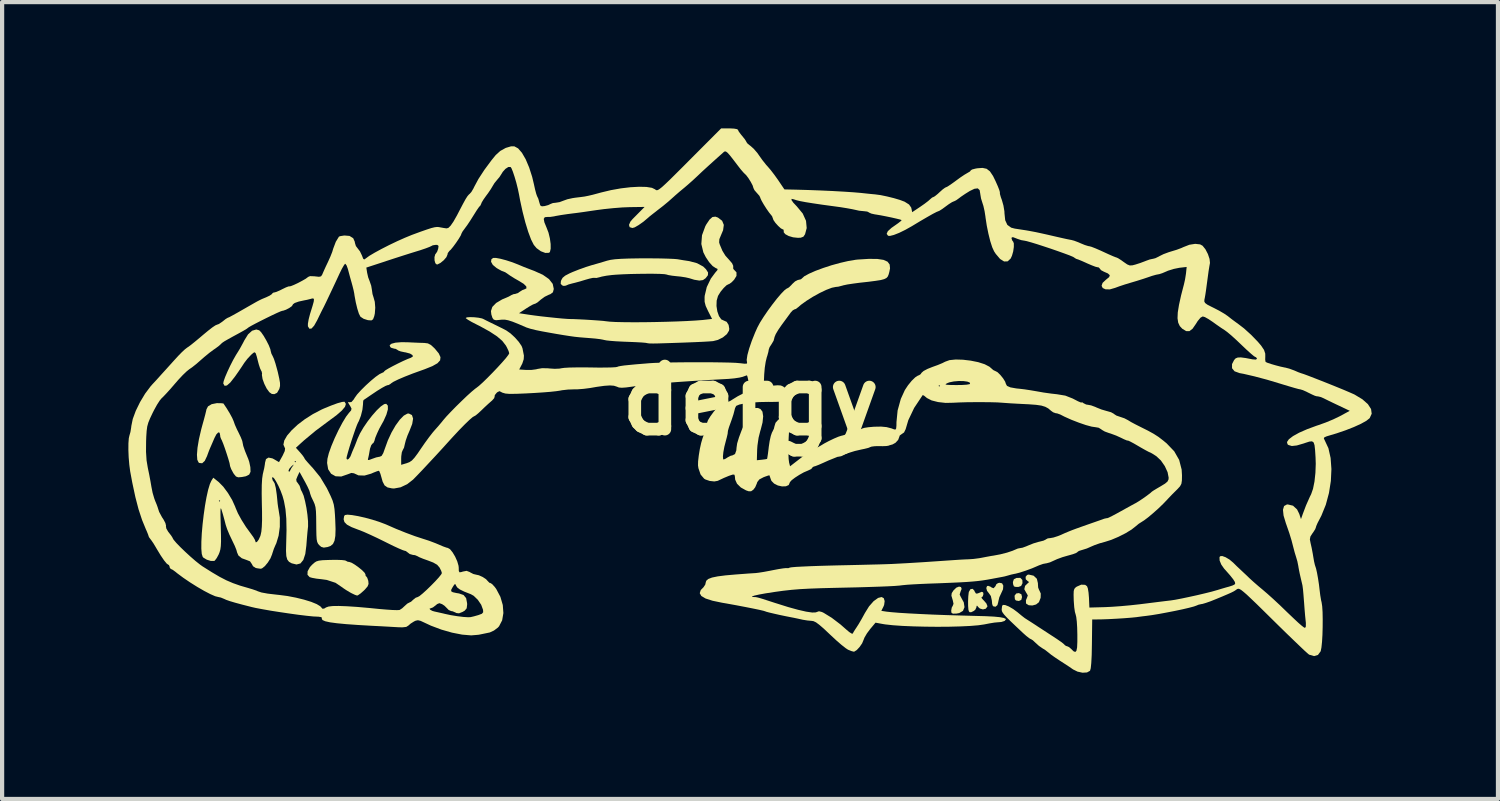
<source format=kicad_pcb>
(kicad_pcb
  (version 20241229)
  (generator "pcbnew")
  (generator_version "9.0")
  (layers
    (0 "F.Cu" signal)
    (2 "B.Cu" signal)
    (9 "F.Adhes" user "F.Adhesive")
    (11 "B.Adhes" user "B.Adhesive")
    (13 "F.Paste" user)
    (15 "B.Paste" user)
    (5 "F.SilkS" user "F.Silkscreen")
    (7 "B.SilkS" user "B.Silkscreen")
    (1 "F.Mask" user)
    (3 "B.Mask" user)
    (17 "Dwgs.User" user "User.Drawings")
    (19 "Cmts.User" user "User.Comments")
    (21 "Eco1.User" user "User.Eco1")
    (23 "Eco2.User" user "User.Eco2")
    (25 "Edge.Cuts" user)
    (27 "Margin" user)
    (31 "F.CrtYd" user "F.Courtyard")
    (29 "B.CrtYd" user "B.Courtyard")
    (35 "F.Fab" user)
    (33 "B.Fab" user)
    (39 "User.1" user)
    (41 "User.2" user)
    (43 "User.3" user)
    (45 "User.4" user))
  (footprint "dergy"
    (layer "F.Cu")
    (at 14.781 6.467)
    (property "Reference" "dergy" (at 0 0 0) (layer "F.SilkS") (effects (font (size 1.5 1.5) (thickness 0.3))))
    (attr board_only exclude_from_pos_files exclude_from_bom)
    (fp_poly (pts (xy 6.434 4.601) (xy 6.45 4.667) (xy 6.432 4.735) (xy 6.375 4.761) (xy 6.305 4.749) (xy 6.28 4.719) (xy 6.272 4.636) (xy 6.312 4.583) (xy 6.375 4.573)) (stroke (width 0) (type solid)) (fill yes) (layer "F.SilkS"))
    (fp_poly (pts (xy 6.457 4.261) (xy 6.461 4.338) (xy 6.428 4.404) (xy 6.365 4.427) (xy 6.293 4.426) (xy 6.257 4.413) (xy 6.238 4.364) (xy 6.233 4.312) (xy 6.256 4.244) (xy 6.319 4.213) (xy 6.41 4.212)) (stroke (width 0) (type solid)) (fill yes) (layer "F.SilkS"))
    (fp_poly (pts (xy 5 4.43) (xy 5.015 4.474) (xy 4.989 4.539) (xy 4.968 4.606) (xy 4.992 4.658) (xy 5.066 4.794) (xy 5.083 4.908) (xy 5.047 4.995) (xy 4.958 5.048) (xy 4.891 5.06) (xy 4.809 5.062) (xy 4.774 5.043) (xy 4.767 4.992) (xy 4.781 4.915) (xy 4.803 4.877) (xy 4.822 4.828) (xy 4.804 4.742) (xy 4.797 4.72) (xy 4.772 4.635) (xy 4.78 4.574) (xy 4.822 4.509) (xy 4.889 4.444) (xy 4.953 4.419)) (stroke (width 0) (type solid)) (fill yes) (layer "F.SilkS"))
    (fp_poly (pts (xy 5.976 4.341) (xy 6.005 4.397) (xy 5.998 4.483) (xy 5.958 4.571) (xy 5.911 4.672) (xy 5.887 4.771) (xy 5.886 4.783) (xy 5.865 4.859) (xy 5.819 4.898) (xy 5.764 4.886) (xy 5.757 4.879) (xy 5.74 4.832) (xy 5.733 4.751) (xy 5.733 4.75) (xy 5.709 4.643) (xy 5.667 4.583) (xy 5.618 4.519) (xy 5.601 4.453) (xy 5.618 4.408) (xy 5.643 4.4) (xy 5.703 4.422) (xy 5.728 4.441) (xy 5.774 4.458) (xy 5.818 4.41) (xy 5.841 4.361) (xy 5.877 4.338) (xy 5.912 4.328)) (stroke (width 0) (type solid)) (fill yes) (layer "F.SilkS"))
    (fp_poly (pts (xy 6.725 4.16) (xy 6.802 4.233) (xy 6.828 4.341) (xy 6.827 4.352) (xy 6.833 4.442) (xy 6.857 4.504) (xy 6.86 4.507) (xy 6.895 4.583) (xy 6.892 4.686) (xy 6.853 4.785) (xy 6.848 4.793) (xy 6.783 4.844) (xy 6.695 4.868) (xy 6.61 4.862) (xy 6.551 4.826) (xy 6.544 4.812) (xy 6.543 4.742) (xy 6.564 4.692) (xy 6.587 4.63) (xy 6.556 4.574) (xy 6.552 4.569) (xy 6.504 4.482) (xy 6.522 4.402) (xy 6.568 4.356) (xy 6.612 4.318) (xy 6.602 4.296) (xy 6.585 4.289) (xy 6.538 4.245) (xy 6.535 4.186) (xy 6.572 4.142) (xy 6.609 4.133)) (stroke (width 0) (type solid)) (fill yes) (layer "F.SilkS"))
    (fp_poly (pts (xy 5.319 4.518) (xy 5.324 4.535) (xy 5.356 4.585) (xy 5.396 4.582) (xy 5.468 4.553) (xy 5.492 4.543) (xy 5.525 4.555) (xy 5.533 4.596) (xy 5.517 4.653) (xy 5.492 4.668) (xy 5.487 4.687) (xy 5.525 4.733) (xy 5.544 4.751) (xy 5.603 4.82) (xy 5.628 4.883) (xy 5.627 4.892) (xy 5.589 4.944) (xy 5.521 4.961) (xy 5.448 4.94) (xy 5.415 4.911) (xy 5.38 4.87) (xy 5.369 4.883) (xy 5.368 4.907) (xy 5.34 4.968) (xy 5.302 4.999) (xy 5.241 5.028) (xy 5.208 5.027) (xy 5.189 5.011) (xy 5.176 4.966) (xy 5.169 4.876) (xy 5.168 4.765) (xy 5.173 4.652) (xy 5.183 4.562) (xy 5.188 4.542) (xy 5.225 4.48) (xy 5.277 4.472)) (stroke (width 0) (type solid)) (fill yes) (layer "F.SilkS"))
    (fp_poly (pts (xy -9.709 3.788) (xy -9.634 3.797) (xy -9.614 3.805) (xy -9.569 3.829) (xy -9.534 3.833) (xy -9.479 3.852) (xy -9.399 3.899) (xy -9.31 3.963) (xy -9.228 4.03) (xy -9.169 4.09) (xy -9.148 4.129) (xy -9.149 4.132) (xy -9.143 4.168) (xy -9.134 4.172) (xy -9.106 4.209) (xy -9.081 4.284) (xy -9.081 4.287) (xy -9.075 4.356) (xy -9.099 4.416) (xy -9.161 4.488) (xy -9.185 4.512) (xy -9.263 4.581) (xy -9.325 4.624) (xy -9.347 4.632) (xy -9.396 4.616) (xy -9.478 4.577) (xy -9.515 4.557) (xy -9.605 4.503) (xy -9.674 4.457) (xy -9.689 4.445) (xy -9.86 4.329) (xy -10.067 4.261) (xy -10.189 4.244) (xy -10.313 4.23) (xy -10.417 4.211) (xy -10.475 4.194) (xy -10.526 4.138) (xy -10.523 4.055) (xy -10.469 3.957) (xy -10.42 3.903) (xy -10.366 3.854) (xy -10.318 3.822) (xy -10.257 3.803) (xy -10.169 3.792) (xy -10.038 3.787) (xy -9.969 3.785) (xy -9.826 3.784)) (stroke (width 0) (type solid)) (fill yes) (layer "F.SilkS"))
    (fp_poly (pts (xy -11.673 -1.67) (xy -11.627 -1.624) (xy -11.566 -1.536) (xy -11.503 -1.427) (xy -11.446 -1.316) (xy -11.409 -1.223) (xy -11.4 -1.179) (xy -11.383 -1.115) (xy -11.353 -1.057) (xy -11.324 -0.993) (xy -11.287 -0.882) (xy -11.249 -0.745) (xy -11.231 -0.677) (xy -11.197 -0.525) (xy -11.179 -0.421) (xy -11.178 -0.347) (xy -11.192 -0.288) (xy -11.198 -0.271) (xy -11.249 -0.184) (xy -11.313 -0.153) (xy -11.374 -0.158) (xy -11.432 -0.199) (xy -11.495 -0.285) (xy -11.551 -0.396) (xy -11.593 -0.511) (xy -11.609 -0.61) (xy -11.605 -0.645) (xy -11.616 -0.694) (xy -11.627 -0.712) (xy -11.652 -0.765) (xy -11.682 -0.857) (xy -11.698 -0.917) (xy -11.731 -1.047) (xy -11.755 -1.122) (xy -11.779 -1.148) (xy -11.811 -1.135) (xy -11.861 -1.091) (xy -11.872 -1.08) (xy -11.955 -0.991) (xy -12.027 -0.897) (xy -12.036 -0.883) (xy -12.085 -0.808) (xy -12.158 -0.7) (xy -12.242 -0.58) (xy -12.257 -0.56) (xy -12.36 -0.429) (xy -12.44 -0.359) (xy -12.495 -0.351) (xy -12.526 -0.404) (xy -12.527 -0.408) (xy -12.517 -0.463) (xy -12.482 -0.561) (xy -12.428 -0.687) (xy -12.363 -0.826) (xy -12.293 -0.963) (xy -12.225 -1.083) (xy -12.191 -1.137) (xy -12.133 -1.232) (xy -12.066 -1.354) (xy -12.025 -1.433) (xy -11.938 -1.573) (xy -11.842 -1.66) (xy -11.743 -1.689)) (stroke (width 0) (type solid)) (fill yes) (layer "F.SilkS"))
    (fp_poly (pts (xy -12.581 0.062) (xy -12.527 0.068) (xy -12.521 0.071) (xy -12.446 0.183) (xy -12.373 0.303) (xy -12.314 0.412) (xy -12.28 0.49) (xy -12.277 0.499) (xy -12.25 0.575) (xy -12.203 0.681) (xy -12.162 0.763) (xy -12.111 0.869) (xy -12.076 0.957) (xy -12.067 1.001) (xy -12.052 1.077) (xy -12.01 1.199) (xy -11.947 1.353) (xy -11.934 1.383) (xy -11.909 1.459) (xy -11.887 1.563) (xy -11.883 1.586) (xy -11.879 1.692) (xy -11.911 1.758) (xy -11.991 1.798) (xy -12.085 1.816) (xy -12.172 1.823) (xy -12.225 1.803) (xy -12.275 1.742) (xy -12.292 1.715) (xy -12.339 1.627) (xy -12.366 1.554) (xy -12.368 1.539) (xy -12.378 1.484) (xy -12.406 1.387) (xy -12.444 1.267) (xy -12.486 1.141) (xy -12.527 1.027) (xy -12.561 0.944) (xy -12.579 0.91) (xy -12.597 0.862) (xy -12.6 0.83) (xy -12.613 0.764) (xy -12.645 0.755) (xy -12.69 0.801) (xy -12.736 0.889) (xy -12.782 0.996) (xy -12.821 1.086) (xy -12.835 1.117) (xy -12.866 1.192) (xy -12.903 1.292) (xy -12.911 1.315) (xy -12.966 1.432) (xy -13.028 1.489) (xy -13.096 1.482) (xy -13.114 1.469) (xy -13.144 1.405) (xy -13.152 1.286) (xy -13.139 1.121) (xy -13.105 0.918) (xy -13.051 0.686) (xy -13.028 0.6) (xy -12.987 0.453) (xy -12.954 0.329) (xy -12.933 0.241) (xy -12.926 0.208) (xy -12.889 0.137) (xy -12.802 0.085) (xy -12.682 0.061) (xy -12.669 0.061)) (stroke (width 0) (type solid)) (fill yes) (layer "F.SilkS"))
    (fp_poly (pts (xy -2.345 -3.379) (xy -2.141 -3.377) (xy -1.963 -3.372) (xy -1.825 -3.366) (xy -1.739 -3.359) (xy -1.733 -3.358) (xy -1.604 -3.336) (xy -1.474 -3.316) (xy -1.45 -3.312) (xy -1.271 -3.264) (xy -1.125 -3.185) (xy -1.059 -3.121) (xy -1.009 -3.043) (xy -1.013 -2.978) (xy -1.067 -2.907) (xy -1.131 -2.863) (xy -1.216 -2.851) (xy -1.337 -2.871) (xy -1.45 -2.906) (xy -1.54 -2.927) (xy -1.663 -2.946) (xy -1.746 -2.954) (xy -1.862 -2.967) (xy -1.956 -2.983) (xy -1.996 -2.995) (xy -2.048 -3.004) (xy -2.154 -3.01) (xy -2.3 -3.013) (xy -2.475 -3.013) (xy -2.665 -3.011) (xy -2.858 -3.007) (xy -3.04 -3) (xy -3.199 -2.991) (xy -3.297 -2.983) (xy -3.423 -2.967) (xy -3.533 -2.946) (xy -3.591 -2.93) (xy -3.662 -2.913) (xy -3.699 -2.916) (xy -3.743 -2.916) (xy -3.829 -2.897) (xy -3.921 -2.871) (xy -4.049 -2.832) (xy -4.171 -2.799) (xy -4.233 -2.784) (xy -4.321 -2.76) (xy -4.38 -2.735) (xy -4.384 -2.732) (xy -4.437 -2.724) (xy -4.473 -2.736) (xy -4.51 -2.773) (xy -4.506 -2.833) (xy -4.497 -2.861) (xy -4.465 -2.917) (xy -4.404 -2.968) (xy -4.299 -3.023) (xy -4.224 -3.056) (xy -4.073 -3.116) (xy -3.913 -3.173) (xy -3.783 -3.214) (xy -3.639 -3.255) (xy -3.487 -3.3) (xy -3.411 -3.323) (xy -3.328 -3.343) (xy -3.219 -3.358) (xy -3.075 -3.368) (xy -2.887 -3.375) (xy -2.644 -3.379) (xy -2.561 -3.379)) (stroke (width 0) (type solid)) (fill yes) (layer "F.SilkS"))
    (fp_poly (pts (xy -0.774 -4.348) (xy -0.675 -4.272) (xy -0.635 -4.174) (xy -0.652 -4.048) (xy -0.7 -3.934) (xy -0.741 -3.835) (xy -0.746 -3.757) (xy -0.732 -3.71) (xy -0.668 -3.557) (xy -0.596 -3.441) (xy -0.506 -3.341) (xy -0.439 -3.263) (xy -0.411 -3.2) (xy -0.412 -3.184) (xy -0.411 -3.13) (xy -0.399 -3.116) (xy -0.334 -3.047) (xy -0.334 -2.962) (xy -0.391 -2.87) (xy -0.456 -2.805) (xy -0.508 -2.769) (xy -0.518 -2.767) (xy -0.569 -2.741) (xy -0.638 -2.675) (xy -0.71 -2.588) (xy -0.768 -2.495) (xy -0.774 -2.483) (xy -0.805 -2.374) (xy -0.809 -2.247) (xy -0.789 -2.119) (xy -0.75 -2.007) (xy -0.695 -1.929) (xy -0.632 -1.9) (xy -0.567 -1.871) (xy -0.521 -1.798) (xy -0.505 -1.704) (xy -0.512 -1.661) (xy -0.562 -1.579) (xy -0.657 -1.501) (xy -0.777 -1.441) (xy -0.89 -1.413) (xy -0.979 -1.406) (xy -1.129 -1.397) (xy -1.332 -1.388) (xy -1.583 -1.378) (xy -1.875 -1.368) (xy -2.194 -1.358) (xy -2.315 -1.356) (xy -2.407 -1.358) (xy -2.452 -1.364) (xy -2.454 -1.365) (xy -2.491 -1.372) (xy -2.58 -1.38) (xy -2.705 -1.387) (xy -2.792 -1.391) (xy -3.023 -1.4) (xy -3.198 -1.409) (xy -3.327 -1.419) (xy -3.42 -1.429) (xy -3.487 -1.442) (xy -3.5 -1.446) (xy -3.577 -1.46) (xy -3.693 -1.474) (xy -3.8 -1.483) (xy -3.941 -1.494) (xy -4.062 -1.504) (xy -4.177 -1.516) (xy -4.298 -1.533) (xy -4.44 -1.555) (xy -4.614 -1.584) (xy -4.834 -1.623) (xy -4.955 -1.645) (xy -5.098 -1.674) (xy -5.231 -1.707) (xy -5.327 -1.738) (xy -5.338 -1.743) (xy -5.521 -1.822) (xy -5.657 -1.876) (xy -5.758 -1.908) (xy -5.837 -1.923) (xy -5.908 -1.923) (xy -5.953 -1.918) (xy -6.047 -1.909) (xy -6.1 -1.923) (xy -6.131 -1.963) (xy -6.158 -2.046) (xy -6.167 -2.127) (xy -6.135 -2.225) (xy -6.044 -2.319) (xy -5.901 -2.404) (xy -5.833 -2.432) (xy -5.748 -2.469) (xy -5.69 -2.501) (xy -5.685 -2.505) (xy -5.626 -2.53) (xy -5.596 -2.533) (xy -5.524 -2.556) (xy -5.492 -2.58) (xy -5.419 -2.626) (xy -5.381 -2.639) (xy -5.324 -2.666) (xy -5.328 -2.713) (xy -5.39 -2.774) (xy -5.5 -2.842) (xy -5.612 -2.906) (xy -5.712 -2.969) (xy -5.762 -3.004) (xy -5.828 -3.049) (xy -5.872 -3.067) (xy -5.916 -3.083) (xy -5.992 -3.125) (xy -6.034 -3.15) (xy -6.123 -3.224) (xy -6.165 -3.298) (xy -6.156 -3.359) (xy -6.114 -3.389) (xy -6.052 -3.39) (xy -5.944 -3.37) (xy -5.808 -3.334) (xy -5.659 -3.286) (xy -5.516 -3.23) (xy -5.5 -3.223) (xy -5.385 -3.175) (xy -5.243 -3.12) (xy -5.137 -3.08) (xy -4.935 -2.989) (xy -4.788 -2.886) (xy -4.7 -2.773) (xy -4.675 -2.654) (xy -4.675 -2.65) (xy -4.695 -2.573) (xy -4.754 -2.529) (xy -4.791 -2.515) (xy -4.89 -2.467) (xy -4.986 -2.397) (xy -4.993 -2.39) (xy -5.062 -2.332) (xy -5.116 -2.301) (xy -5.124 -2.3) (xy -5.17 -2.283) (xy -5.251 -2.238) (xy -5.331 -2.188) (xy -5.501 -2.076) (xy -5.259 -2.039) (xy -5.136 -2.022) (xy -4.979 -2.002) (xy -4.806 -1.983) (xy -4.634 -1.965) (xy -4.479 -1.95) (xy -4.359 -1.941) (xy -4.3 -1.938) (xy -4.2 -1.936) (xy -4.064 -1.93) (xy -3.908 -1.922) (xy -3.75 -1.912) (xy -3.608 -1.902) (xy -3.497 -1.893) (xy -3.435 -1.885) (xy -3.434 -1.885) (xy -3.345 -1.875) (xy -3.201 -1.867) (xy -3.011 -1.863) (xy -2.787 -1.861) (xy -2.538 -1.862) (xy -2.276 -1.866) (xy -2.011 -1.872) (xy -1.753 -1.88) (xy -1.514 -1.89) (xy -1.304 -1.902) (xy -1.134 -1.915) (xy -1.082 -1.921) (xy -0.914 -1.94) (xy -1.01 -2.129) (xy -1.066 -2.25) (xy -1.091 -2.347) (xy -1.092 -2.452) (xy -1.089 -2.491) (xy -1.04 -2.697) (xy -0.943 -2.899) (xy -0.84 -3.038) (xy -0.789 -3.098) (xy -0.782 -3.127) (xy -0.816 -3.144) (xy -0.827 -3.148) (xy -0.9 -3.196) (xy -0.983 -3.288) (xy -1.063 -3.407) (xy -1.121 -3.521) (xy -1.169 -3.72) (xy -1.153 -3.929) (xy -1.076 -4.139) (xy -1.052 -4.184) (xy -0.973 -4.301) (xy -0.905 -4.361) (xy -0.835 -4.37)) (stroke (width 0) (type solid)) (fill yes) (layer "F.SilkS"))
    (fp_poly (pts (xy -9.645 0.029) (xy -9.614 0.079) (xy -9.634 0.146) (xy -9.708 0.235) (xy -9.837 0.348) (xy -10.024 0.486) (xy -10.029 0.49) (xy -10.331 0.715) (xy -10.607 0.944) (xy -10.69 1.019) (xy -10.801 1.121) (xy -10.7 1.233) (xy -10.64 1.305) (xy -10.604 1.357) (xy -10.6 1.368) (xy -10.579 1.401) (xy -10.521 1.469) (xy -10.438 1.561) (xy -10.398 1.604) (xy -10.223 1.819) (xy -10.069 2.075) (xy -10.041 2.131) (xy -9.974 2.27) (xy -9.929 2.376) (xy -9.901 2.472) (xy -9.884 2.579) (xy -9.873 2.717) (xy -9.867 2.831) (xy -9.859 3.051) (xy -9.864 3.214) (xy -9.884 3.33) (xy -9.921 3.407) (xy -9.978 3.454) (xy -10.048 3.479) (xy -10.139 3.493) (xy -10.2 3.475) (xy -10.245 3.436) (xy -10.275 3.401) (xy -10.295 3.358) (xy -10.308 3.294) (xy -10.314 3.197) (xy -10.317 3.053) (xy -10.318 2.941) (xy -10.32 2.758) (xy -10.325 2.627) (xy -10.336 2.532) (xy -10.356 2.459) (xy -10.385 2.392) (xy -10.393 2.376) (xy -10.437 2.283) (xy -10.463 2.209) (xy -10.467 2.189) (xy -10.482 2.139) (xy -10.523 2.049) (xy -10.581 1.937) (xy -10.591 1.919) (xy -10.715 1.695) (xy -10.763 1.797) (xy -10.793 1.872) (xy -10.786 1.921) (xy -10.756 1.96) (xy -10.713 2.023) (xy -10.7 2.062) (xy -10.683 2.119) (xy -10.653 2.176) (xy -10.617 2.26) (xy -10.583 2.391) (xy -10.551 2.548) (xy -10.527 2.714) (xy -10.513 2.867) (xy -10.512 2.988) (xy -10.514 3.006) (xy -10.526 3.118) (xy -10.539 3.266) (xy -10.551 3.421) (xy -10.552 3.44) (xy -10.578 3.644) (xy -10.625 3.786) (xy -10.693 3.869) (xy -10.787 3.894) (xy -10.901 3.866) (xy -10.965 3.83) (xy -11.006 3.777) (xy -11.029 3.694) (xy -11.036 3.57) (xy -11.032 3.4) (xy -11.024 3.077) (xy -11.029 2.807) (xy -11.049 2.581) (xy -11.085 2.386) (xy -11.119 2.265) (xy -11.164 2.144) (xy -11.215 2.028) (xy -11.268 1.928) (xy -11.314 1.854) (xy -11.349 1.819) (xy -11.366 1.831) (xy -11.367 1.842) (xy -11.351 1.899) (xy -11.338 1.914) (xy -11.307 1.965) (xy -11.279 2.074) (xy -11.256 2.233) (xy -11.246 2.333) (xy -11.235 2.449) (xy -11.221 2.546) (xy -11.214 2.583) (xy -11.183 2.782) (xy -11.183 2.999) (xy -11.212 3.21) (xy -11.267 3.391) (xy -11.287 3.433) (xy -11.325 3.522) (xy -11.361 3.631) (xy -11.366 3.65) (xy -11.406 3.749) (xy -11.469 3.849) (xy -11.54 3.934) (xy -11.607 3.987) (xy -11.641 3.995) (xy -11.707 3.986) (xy -11.755 3.977) (xy -11.82 3.935) (xy -11.846 3.886) (xy -11.891 3.819) (xy -11.972 3.787) (xy -12.086 3.746) (xy -12.167 3.68) (xy -12.2 3.604) (xy -12.2 3.602) (xy -12.215 3.547) (xy -12.253 3.452) (xy -12.308 3.337) (xy -12.318 3.316) (xy -12.381 3.184) (xy -12.435 3.054) (xy -12.468 2.955) (xy -12.469 2.951) (xy -12.499 2.835) (xy -12.536 2.7) (xy -12.551 2.65) (xy -12.569 2.59) (xy -12.582 2.56) (xy -12.59 2.567) (xy -12.593 2.618) (xy -12.593 2.718) (xy -12.589 2.874) (xy -12.586 2.999) (xy -12.581 3.201) (xy -12.58 3.35) (xy -12.585 3.457) (xy -12.596 3.537) (xy -12.614 3.601) (xy -12.635 3.654) (xy -12.682 3.741) (xy -12.726 3.799) (xy -12.741 3.809) (xy -12.821 3.81) (xy -12.917 3.78) (xy -12.998 3.732) (xy -13.015 3.713) (xy -13.038 3.642) (xy -13.048 3.518) (xy -13.047 3.352) (xy -13.037 3.155) (xy -13.018 2.939) (xy -12.992 2.716) (xy -12.961 2.498) (xy -12.941 2.383) (xy -12.633 2.383) (xy -12.617 2.4) (xy -12.6 2.383) (xy -12.617 2.367) (xy -12.633 2.383) (xy -12.941 2.383) (xy -12.925 2.295) (xy -12.886 2.119) (xy -12.845 1.983) (xy -12.811 1.908) (xy -12.764 1.832) (xy -12.633 1.937) (xy -12.526 2.046) (xy -12.415 2.196) (xy -12.315 2.363) (xy -12.242 2.525) (xy -12.235 2.546) (xy -12.179 2.677) (xy -12.092 2.836) (xy -11.986 3.004) (xy -11.874 3.158) (xy -11.813 3.242) (xy -11.774 3.31) (xy -11.767 3.333) (xy -11.754 3.369) (xy -11.724 3.355) (xy -11.685 3.303) (xy -11.648 3.222) (xy -11.64 3.197) (xy -11.622 3.114) (xy -11.611 2.997) (xy -11.605 2.839) (xy -11.606 2.629) (xy -11.61 2.467) (xy -11.614 2.207) (xy -11.612 2.006) (xy -11.603 1.854) (xy -11.587 1.744) (xy -11.58 1.717) (xy -11.57 1.672) (xy -10.978 1.672) (xy -10.976 1.678) (xy -10.951 1.688) (xy -10.94 1.665) (xy -10.908 1.602) (xy -10.871 1.55) (xy -10.85 1.519) (xy -10.874 1.534) (xy -10.908 1.563) (xy -10.961 1.624) (xy -10.978 1.672) (xy -11.57 1.672) (xy -11.554 1.606) (xy -11.538 1.511) (xy -11.535 1.479) (xy -11.512 1.39) (xy -11.452 1.354) (xy -11.359 1.373) (xy -11.319 1.394) (xy -11.203 1.462) (xy -11.196 1.45) (xy -10.833 1.45) (xy -10.817 1.467) (xy -10.8 1.45) (xy -10.817 1.433) (xy -10.833 1.45) (xy -11.196 1.45) (xy -11.117 1.309) (xy -11.066 1.199) (xy -11.058 1.134) (xy -11.066 1.121) (xy -11.098 1.046) (xy -11.077 0.947) (xy -11.01 0.831) (xy -10.901 0.704) (xy -10.759 0.572) (xy -10.588 0.442) (xy -10.396 0.32) (xy -10.189 0.212) (xy -10.133 0.187) (xy -9.962 0.117) (xy -9.818 0.064) (xy -9.71 0.033) (xy -9.651 0.027)) (stroke (width 0) (type solid)) (fill yes) (layer "F.SilkS"))
    (fp_poly (pts (xy 3.013 -3.365) (xy 3.159 -3.343) (xy 3.255 -3.3) (xy 3.305 -3.233) (xy 3.314 -3.141) (xy 3.297 -3.056) (xy 3.28 -2.994) (xy 3.26 -2.947) (xy 3.228 -2.912) (xy 3.176 -2.886) (xy 3.094 -2.864) (xy 2.972 -2.845) (xy 2.803 -2.823) (xy 2.586 -2.799) (xy 2.436 -2.779) (xy 2.303 -2.759) (xy 2.207 -2.739) (xy 2.176 -2.73) (xy 2.084 -2.706) (xy 2.025 -2.7) (xy 1.932 -2.681) (xy 1.8 -2.631) (xy 1.645 -2.557) (xy 1.482 -2.467) (xy 1.328 -2.37) (xy 1.195 -2.274) (xy 1.131 -2.218) (xy 1.074 -2.176) (xy 1.044 -2.167) (xy 1.001 -2.142) (xy 0.955 -2.092) (xy 0.91 -2.03) (xy 0.839 -1.933) (xy 0.755 -1.819) (xy 0.734 -1.79) (xy 0.657 -1.678) (xy 0.598 -1.578) (xy 0.569 -1.508) (xy 0.567 -1.495) (xy 0.547 -1.421) (xy 0.5 -1.342) (xy 0.453 -1.27) (xy 0.433 -1.214) (xy 0.433 -1.213) (xy 0.423 -1.156) (xy 0.398 -1.065) (xy 0.385 -1.026) (xy 0.36 -0.922) (xy 0.338 -0.78) (xy 0.325 -0.628) (xy 0.324 -0.608) (xy 0.312 -0.333) (xy 0.524 -0.354) (xy 0.644 -0.364) (xy 0.719 -0.359) (xy 0.773 -0.336) (xy 0.818 -0.299) (xy 0.885 -0.202) (xy 0.894 -0.103) (xy 0.847 -0.018) (xy 0.81 0.006) (xy 0.747 0.021) (xy 0.647 0.029) (xy 0.497 0.032) (xy 0.422 0.031) (xy 0.214 0.035) (xy 0.022 0.047) (xy -0.142 0.068) (xy -0.266 0.094) (xy -0.337 0.124) (xy -0.342 0.128) (xy -0.368 0.179) (xy -0.385 0.246) (xy -0.406 0.326) (xy -0.443 0.439) (xy -0.474 0.526) (xy -0.512 0.631) (xy -0.535 0.71) (xy -0.54 0.743) (xy -0.544 0.787) (xy -0.564 0.874) (xy -0.586 0.956) (xy -0.622 1.096) (xy -0.646 1.225) (xy -0.656 1.327) (xy -0.651 1.389) (xy -0.639 1.4) (xy -0.595 1.382) (xy -0.548 1.351) (xy -0.475 1.312) (xy -0.429 1.301) (xy -0.369 1.27) (xy -0.338 1.183) (xy -0.333 1.12) (xy -0.318 1.017) (xy -0.275 0.875) (xy -0.214 0.712) (xy -0.142 0.546) (xy -0.066 0.395) (xy 0.005 0.277) (xy 0.04 0.234) (xy 0.109 0.177) (xy 0.175 0.175) (xy 0.236 0.201) (xy 0.283 0.263) (xy 0.3 0.373) (xy 0.285 0.521) (xy 0.24 0.696) (xy 0.232 0.719) (xy 0.191 0.882) (xy 0.164 1.069) (xy 0.157 1.166) (xy 0.15 1.417) (xy 0.267 1.405) (xy 0.347 1.395) (xy 0.391 1.386) (xy 0.393 1.385) (xy 0.4 1.35) (xy 0.413 1.265) (xy 0.428 1.146) (xy 0.433 1.1) (xy 0.454 0.961) (xy 0.481 0.84) (xy 0.509 0.758) (xy 0.516 0.747) (xy 0.555 0.667) (xy 0.568 0.61) (xy 0.594 0.527) (xy 0.658 0.455) (xy 0.742 0.405) (xy 0.826 0.386) (xy 0.893 0.409) (xy 0.9 0.417) (xy 0.917 0.473) (xy 0.922 0.574) (xy 0.918 0.671) (xy 0.906 0.877) (xy 0.899 1.075) (xy 0.899 1.25) (xy 0.905 1.389) (xy 0.916 1.472) (xy 0.939 1.561) (xy 1.216 1.347) (xy 1.335 1.259) (xy 1.436 1.188) (xy 1.508 1.144) (xy 1.533 1.133) (xy 1.587 1.116) (xy 1.661 1.073) (xy 1.662 1.073) (xy 1.751 1.019) (xy 1.864 0.959) (xy 1.983 0.902) (xy 2.087 0.858) (xy 2.159 0.835) (xy 2.171 0.833) (xy 2.235 0.815) (xy 2.284 0.788) (xy 2.36 0.752) (xy 2.463 0.723) (xy 2.483 0.718) (xy 2.577 0.696) (xy 2.644 0.67) (xy 2.653 0.664) (xy 2.703 0.648) (xy 2.799 0.633) (xy 2.922 0.622) (xy 2.936 0.621) (xy 3.103 0.618) (xy 3.231 0.63) (xy 3.347 0.66) (xy 3.408 0.683) (xy 3.441 0.689) (xy 3.459 0.664) (xy 3.466 0.596) (xy 3.467 0.511) (xy 3.494 0.235) (xy 3.57 -0.04) (xy 3.666 -0.25) (xy 3.732 -0.35) (xy 4.467 -0.35) (xy 4.483 -0.333) (xy 4.5 -0.35) (xy 4.483 -0.367) (xy 4.467 -0.35) (xy 3.732 -0.35) (xy 3.742 -0.365) (xy 3.757 -0.383) (xy 4.633 -0.383) (xy 4.667 -0.375) (xy 4.752 -0.371) (xy 4.89 -0.369) (xy 5.026 -0.371) (xy 5.135 -0.378) (xy 5.202 -0.39) (xy 5.215 -0.397) (xy 5.207 -0.429) (xy 5.149 -0.451) (xy 5.056 -0.464) (xy 4.944 -0.465) (xy 4.829 -0.455) (xy 4.726 -0.434) (xy 4.683 -0.418) (xy 4.641 -0.396) (xy 4.633 -0.383) (xy 3.757 -0.383) (xy 3.828 -0.47) (xy 3.912 -0.552) (xy 3.98 -0.596) (xy 3.999 -0.6) (xy 4.039 -0.626) (xy 4.064 -0.662) (xy 4.112 -0.704) (xy 4.205 -0.753) (xy 4.323 -0.8) (xy 4.448 -0.845) (xy 4.556 -0.89) (xy 4.624 -0.924) (xy 4.726 -0.961) (xy 4.872 -0.976) (xy 5.046 -0.971) (xy 5.231 -0.949) (xy 5.409 -0.913) (xy 5.562 -0.864) (xy 5.675 -0.805) (xy 5.703 -0.781) (xy 5.767 -0.725) (xy 5.818 -0.7) (xy 5.82 -0.7) (xy 5.868 -0.674) (xy 5.933 -0.611) (xy 5.999 -0.53) (xy 6.049 -0.45) (xy 6.067 -0.396) (xy 6.093 -0.349) (xy 6.173 -0.314) (xy 6.313 -0.289) (xy 6.4 -0.28) (xy 6.51 -0.267) (xy 6.654 -0.245) (xy 6.8 -0.22) (xy 6.965 -0.191) (xy 7.144 -0.166) (xy 7.279 -0.151) (xy 7.478 -0.118) (xy 7.651 -0.05) (xy 7.688 -0.031) (xy 7.781 0.017) (xy 7.845 0.044) (xy 7.867 0.044) (xy 7.885 0.042) (xy 7.907 0.06) (xy 7.972 0.093) (xy 8.017 0.1) (xy 8.091 0.114) (xy 8.189 0.15) (xy 8.219 0.164) (xy 8.336 0.211) (xy 8.455 0.246) (xy 8.474 0.251) (xy 8.565 0.277) (xy 8.629 0.312) (xy 8.634 0.318) (xy 8.692 0.356) (xy 8.777 0.385) (xy 8.883 0.421) (xy 8.967 0.465) (xy 9.039 0.509) (xy 9.148 0.567) (xy 9.267 0.627) (xy 9.443 0.715) (xy 9.579 0.79) (xy 9.692 0.863) (xy 9.804 0.949) (xy 9.886 1.017) (xy 10.066 1.205) (xy 10.183 1.41) (xy 10.242 1.639) (xy 10.25 1.775) (xy 10.248 1.897) (xy 10.236 1.976) (xy 10.204 2.036) (xy 10.145 2.101) (xy 10.117 2.129) (xy 10.022 2.223) (xy 9.933 2.316) (xy 9.898 2.354) (xy 9.803 2.453) (xy 9.686 2.566) (xy 9.561 2.677) (xy 9.444 2.775) (xy 9.351 2.845) (xy 9.316 2.867) (xy 9.222 2.927) (xy 9.151 2.986) (xy 9.049 3.066) (xy 8.904 3.154) (xy 8.737 3.238) (xy 8.569 3.309) (xy 8.427 3.354) (xy 8.294 3.391) (xy 8.17 3.435) (xy 8.1 3.465) (xy 7.991 3.513) (xy 7.883 3.547) (xy 7.875 3.549) (xy 7.802 3.572) (xy 7.767 3.596) (xy 7.767 3.599) (xy 7.737 3.619) (xy 7.659 3.649) (xy 7.55 3.68) (xy 7.548 3.68) (xy 7.413 3.719) (xy 7.284 3.766) (xy 7.207 3.801) (xy 7.114 3.843) (xy 7.034 3.865) (xy 7.019 3.867) (xy 6.95 3.88) (xy 6.853 3.914) (xy 6.819 3.929) (xy 6.688 3.985) (xy 6.541 4.039) (xy 6.401 4.085) (xy 6.293 4.113) (xy 6.278 4.115) (xy 6.187 4.135) (xy 6.128 4.152) (xy 6.037 4.177) (xy 5.983 4.188) (xy 5.914 4.201) (xy 5.807 4.221) (xy 5.733 4.235) (xy 5.622 4.255) (xy 5.515 4.272) (xy 5.405 4.286) (xy 5.282 4.298) (xy 5.136 4.309) (xy 4.959 4.319) (xy 4.741 4.329) (xy 4.474 4.34) (xy 4.217 4.349) (xy 4.034 4.357) (xy 3.864 4.366) (xy 3.723 4.375) (xy 3.629 4.384) (xy 3.617 4.385) (xy 3.534 4.395) (xy 3.419 4.404) (xy 3.267 4.412) (xy 3.071 4.42) (xy 2.828 4.428) (xy 2.53 4.437) (xy 2.174 4.445) (xy 2 4.449) (xy 1.679 4.457) (xy 1.411 4.467) (xy 1.181 4.479) (xy 0.974 4.496) (xy 0.776 4.518) (xy 0.573 4.546) (xy 0.355 4.58) (xy 0.202 4.608) (xy 0.095 4.632) (xy 0.038 4.651) (xy 0.037 4.663) (xy 0.084 4.667) (xy 0.115 4.668) (xy 0.153 4.674) (xy 0.208 4.688) (xy 0.292 4.713) (xy 0.415 4.753) (xy 0.59 4.81) (xy 0.617 4.818) (xy 0.893 4.905) (xy 1.129 4.97) (xy 1.321 5.014) (xy 1.464 5.035) (xy 1.551 5.032) (xy 1.568 5.025) (xy 1.626 5.005) (xy 1.697 5.023) (xy 1.74 5.044) (xy 1.93 5.161) (xy 2.136 5.318) (xy 2.266 5.432) (xy 2.345 5.499) (xy 2.404 5.536) (xy 2.427 5.537) (xy 2.452 5.49) (xy 2.5 5.415) (xy 2.515 5.393) (xy 2.569 5.309) (xy 2.639 5.189) (xy 2.71 5.06) (xy 2.715 5.05) (xy 2.815 4.889) (xy 2.924 4.765) (xy 3.031 4.688) (xy 3.114 4.667) (xy 3.165 4.694) (xy 3.186 4.763) (xy 3.174 4.854) (xy 3.156 4.898) (xy 3.107 4.995) (xy 3.229 5.014) (xy 3.35 5.027) (xy 3.53 5.042) (xy 3.758 5.056) (xy 4.027 5.07) (xy 4.328 5.084) (xy 4.653 5.096) (xy 4.991 5.106) (xy 5.321 5.115) (xy 5.583 5.122) (xy 5.783 5.132) (xy 5.926 5.146) (xy 6.017 5.164) (xy 6.061 5.186) (xy 6.067 5.199) (xy 6.036 5.235) (xy 5.958 5.26) (xy 5.872 5.267) (xy 5.795 5.274) (xy 5.678 5.293) (xy 5.55 5.318) (xy 5.411 5.338) (xy 5.218 5.354) (xy 4.983 5.365) (xy 4.718 5.372) (xy 4.437 5.374) (xy 4.15 5.371) (xy 3.87 5.364) (xy 3.61 5.353) (xy 3.382 5.337) (xy 3.198 5.317) (xy 3.126 5.305) (xy 2.969 5.276) (xy 2.84 5.43) (xy 2.765 5.531) (xy 2.707 5.63) (xy 2.686 5.683) (xy 2.651 5.767) (xy 2.591 5.854) (xy 2.523 5.927) (xy 2.464 5.964) (xy 2.452 5.965) (xy 2.399 5.952) (xy 2.32 5.92) (xy 2.317 5.919) (xy 2.256 5.879) (xy 2.16 5.803) (xy 2.041 5.7) (xy 1.912 5.58) (xy 1.883 5.553) (xy 1.741 5.419) (xy 1.634 5.327) (xy 1.556 5.269) (xy 1.495 5.24) (xy 1.45 5.233) (xy 1.35 5.224) (xy 1.233 5.205) (xy 1.217 5.201) (xy 1.108 5.177) (xy 1.013 5.157) (xy 1 5.155) (xy 0.848 5.125) (xy 0.694 5.093) (xy 0.553 5.061) (xy 0.439 5.034) (xy 0.369 5.015) (xy 0.355 5.009) (xy 0.308 4.994) (xy 0.205 4.97) (xy 0.055 4.939) (xy -0.132 4.902) (xy -0.347 4.861) (xy -0.579 4.819) (xy -0.673 4.803) (xy -0.903 4.755) (xy -1.068 4.702) (xy -1.169 4.642) (xy -1.207 4.576) (xy -1.183 4.501) (xy -1.118 4.435) (xy -1.075 4.37) (xy -1.067 4.33) (xy -1.052 4.28) (xy -1.004 4.238) (xy -0.915 4.204) (xy -0.779 4.176) (xy -0.59 4.152) (xy -0.35 4.131) (xy -0.19 4.119) (xy -0.044 4.108) (xy 0.067 4.101) (xy 0.117 4.098) (xy 0.193 4.089) (xy 0.314 4.07) (xy 0.459 4.043) (xy 0.529 4.029) (xy 0.666 4.003) (xy 0.775 3.986) (xy 0.844 3.979) (xy 0.859 3.981) (xy 0.898 3.981) (xy 0.931 3.968) (xy 0.977 3.96) (xy 1.081 3.951) (xy 1.235 3.943) (xy 1.431 3.934) (xy 1.659 3.926) (xy 1.913 3.919) (xy 2.068 3.915) (xy 2.341 3.909) (xy 2.601 3.903) (xy 2.838 3.897) (xy 3.044 3.892) (xy 3.207 3.887) (xy 3.318 3.883) (xy 3.35 3.882) (xy 3.709 3.863) (xy 4.103 3.839) (xy 4.5 3.812) (xy 4.633 3.803) (xy 4.807 3.791) (xy 4.97 3.78) (xy 5.102 3.773) (xy 5.184 3.77) (xy 5.298 3.762) (xy 5.435 3.744) (xy 5.501 3.732) (xy 5.62 3.709) (xy 5.724 3.69) (xy 5.767 3.684) (xy 5.932 3.653) (xy 6.093 3.612) (xy 6.225 3.568) (xy 6.271 3.548) (xy 6.35 3.515) (xy 6.408 3.504) (xy 6.409 3.504) (xy 6.461 3.495) (xy 6.549 3.463) (xy 6.6 3.441) (xy 6.72 3.393) (xy 6.84 3.357) (xy 6.875 3.349) (xy 6.961 3.327) (xy 7.014 3.301) (xy 7.019 3.296) (xy 7.063 3.273) (xy 7.119 3.267) (xy 7.197 3.253) (xy 7.303 3.219) (xy 7.359 3.197) (xy 7.47 3.147) (xy 7.559 3.11) (xy 7.644 3.076) (xy 7.741 3.04) (xy 7.87 2.994) (xy 8 2.948) (xy 8.146 2.897) (xy 8.272 2.853) (xy 8.363 2.821) (xy 8.4 2.807) (xy 8.457 2.794) (xy 8.472 2.794) (xy 8.509 2.781) (xy 8.59 2.741) (xy 8.701 2.682) (xy 8.772 2.643) (xy 8.907 2.568) (xy 9.03 2.5) (xy 9.124 2.449) (xy 9.151 2.435) (xy 9.227 2.389) (xy 9.325 2.324) (xy 9.423 2.254) (xy 9.501 2.194) (xy 9.533 2.165) (xy 9.569 2.14) (xy 9.646 2.093) (xy 9.742 2.037) (xy 9.847 1.973) (xy 9.905 1.924) (xy 9.93 1.874) (xy 9.933 1.83) (xy 9.908 1.701) (xy 9.842 1.557) (xy 9.749 1.423) (xy 9.643 1.323) (xy 9.643 1.323) (xy 9.562 1.27) (xy 9.506 1.238) (xy 9.493 1.233) (xy 9.457 1.217) (xy 9.378 1.175) (xy 9.27 1.114) (xy 9.219 1.084) (xy 9.107 1.019) (xy 9.021 0.973) (xy 8.972 0.951) (xy 8.967 0.951) (xy 8.94 0.947) (xy 8.871 0.918) (xy 8.808 0.887) (xy 8.685 0.831) (xy 8.558 0.784) (xy 8.512 0.77) (xy 8.416 0.735) (xy 8.345 0.694) (xy 8.333 0.683) (xy 8.27 0.645) (xy 8.202 0.633) (xy 8.105 0.619) (xy 7.965 0.581) (xy 7.799 0.524) (xy 7.624 0.456) (xy 7.456 0.381) (xy 7.359 0.331) (xy 7.284 0.304) (xy 7.25 0.3) (xy 7.189 0.278) (xy 7.139 0.242) (xy 7.073 0.186) (xy 7.001 0.147) (xy 6.91 0.119) (xy 6.785 0.101) (xy 6.614 0.088) (xy 6.511 0.083) (xy 6.337 0.074) (xy 6.177 0.065) (xy 6.049 0.056) (xy 5.968 0.05) (xy 5.967 0.05) (xy 5.862 0.043) (xy 5.708 0.039) (xy 5.523 0.037) (xy 5.326 0.037) (xy 5.134 0.039) (xy 4.964 0.044) (xy 4.836 0.05) (xy 4.821 0.051) (xy 4.634 0.055) (xy 4.455 0.035) (xy 4.302 -0.004) (xy 4.192 -0.06) (xy 4.177 -0.072) (xy 4.121 -0.118) (xy 4.09 -0.131) (xy 4.09 -0.131) (xy 3.887 0.174) (xy 3.748 0.466) (xy 3.685 0.679) (xy 3.647 0.757) (xy 3.598 0.791) (xy 3.545 0.829) (xy 3.533 0.865) (xy 3.507 0.934) (xy 3.444 1.002) (xy 3.371 1.043) (xy 3.361 1.045) (xy 3.295 1.064) (xy 3.283 1.07) (xy 3.233 1.079) (xy 3.141 1.083) (xy 3.067 1.082) (xy 2.958 1.083) (xy 2.877 1.093) (xy 2.848 1.103) (xy 2.798 1.124) (xy 2.705 1.147) (xy 2.632 1.162) (xy 2.477 1.198) (xy 2.283 1.258) (xy 2.067 1.336) (xy 1.849 1.424) (xy 1.727 1.479) (xy 1.622 1.525) (xy 1.54 1.557) (xy 1.502 1.567) (xy 1.468 1.588) (xy 1.467 1.597) (xy 1.439 1.627) (xy 1.37 1.66) (xy 1.361 1.664) (xy 1.265 1.705) (xy 1.158 1.765) (xy 1.057 1.83) (xy 0.977 1.891) (xy 0.936 1.937) (xy 0.933 1.945) (xy 0.907 2.006) (xy 0.84 2.036) (xy 0.748 2.039) (xy 0.649 2.017) (xy 0.56 1.972) (xy 0.497 1.908) (xy 0.485 1.88) (xy 0.461 1.81) (xy 0.449 1.775) (xy 0.449 1.775) (xy 0.419 1.781) (xy 0.347 1.806) (xy 0.308 1.821) (xy 0.209 1.873) (xy 0.16 1.936) (xy 0.15 1.968) (xy 0.111 2.059) (xy 0.066 2.118) (xy 0.013 2.154) (xy -0.045 2.154) (xy -0.107 2.133) (xy -0.231 2.064) (xy -0.322 1.974) (xy -0.365 1.878) (xy -0.367 1.857) (xy -0.374 1.787) (xy -0.387 1.758) (xy -0.427 1.759) (xy -0.512 1.787) (xy -0.63 1.836) (xy -0.766 1.9) (xy -0.777 1.906) (xy -0.861 1.921) (xy -0.971 1.909) (xy -1.073 1.874) (xy -1.103 1.856) (xy -1.187 1.755) (xy -1.238 1.607) (xy -1.248 1.541) (xy -1.246 1.443) (xy -1.23 1.305) (xy -1.205 1.151) (xy -1.173 1.006) (xy -1.14 0.894) (xy -1.136 0.883) (xy -1.093 0.764) (xy -1.057 0.647) (xy -1.036 0.555) (xy -1.033 0.527) (xy -1.012 0.468) (xy -0.956 0.376) (xy -0.876 0.266) (xy -0.781 0.153) (xy -0.771 0.142) (xy -0.699 0.087) (xy -0.632 0.067) (xy -0.565 0.048) (xy -0.472 0.002) (xy -0.419 -0.032) (xy -0.302 -0.104) (xy -0.177 -0.168) (xy -0.135 -0.186) (xy -0.049 -0.227) (xy -0.013 -0.264) (xy -0.015 -0.311) (xy -0.015 -0.313) (xy -0.036 -0.397) (xy -0.056 -0.492) (xy -0.072 -0.565) (xy -0.085 -0.6) (xy -0.086 -0.6) (xy -0.12 -0.589) (xy -0.189 -0.564) (xy -0.266 -0.546) (xy -0.387 -0.528) (xy -0.529 -0.515) (xy -0.567 -0.513) (xy -1.014 -0.488) (xy -1.402 -0.464) (xy -1.738 -0.441) (xy -2.028 -0.419) (xy -2.281 -0.396) (xy -2.502 -0.372) (xy -2.7 -0.347) (xy -2.808 -0.332) (xy -2.958 -0.312) (xy -3.059 -0.305) (xy -3.127 -0.311) (xy -3.18 -0.332) (xy -3.18 -0.332) (xy -3.246 -0.353) (xy -3.34 -0.36) (xy -3.474 -0.351) (xy -3.655 -0.326) (xy -3.817 -0.298) (xy -3.965 -0.279) (xy -4.121 -0.267) (xy -4.197 -0.267) (xy -4.337 -0.262) (xy -4.479 -0.246) (xy -4.531 -0.236) (xy -4.62 -0.223) (xy -4.76 -0.208) (xy -4.937 -0.194) (xy -5.136 -0.181) (xy -5.341 -0.17) (xy -5.537 -0.162) (xy -5.71 -0.159) (xy -5.725 -0.159) (xy -5.826 -0.168) (xy -5.903 -0.191) (xy -5.917 -0.2) (xy -5.965 -0.224) (xy -6.017 -0.198) (xy -6.033 -0.183) (xy -6.076 -0.13) (xy -6.08 -0.095) (xy -6.091 -0.057) (xy -6.141 -0.001) (xy -6.153 0.009) (xy -6.228 0.075) (xy -6.324 0.164) (xy -6.387 0.225) (xy -6.467 0.3) (xy -6.53 0.352) (xy -6.557 0.367) (xy -6.6 0.391) (xy -6.68 0.46) (xy -6.79 0.566) (xy -6.924 0.703) (xy -7.075 0.865) (xy -7.15 0.947) (xy -7.308 1.122) (xy -7.475 1.304) (xy -7.641 1.482) (xy -7.793 1.645) (xy -7.923 1.781) (xy -8.017 1.877) (xy -8.157 1.986) (xy -8.314 2.06) (xy -8.467 2.088) (xy -8.517 2.086) (xy -8.625 2.063) (xy -8.694 2.015) (xy -8.74 1.927) (xy -8.767 1.832) (xy -8.794 1.738) (xy -8.82 1.678) (xy -8.832 1.667) (xy -8.875 1.679) (xy -8.957 1.711) (xy -9.014 1.736) (xy -9.17 1.781) (xy -9.313 1.777) (xy -9.423 1.727) (xy -9.485 1.719) (xy -9.567 1.75) (xy -9.724 1.804) (xy -9.859 1.798) (xy -9.965 1.738) (xy -10.035 1.631) (xy -10.06 1.482) (xy -10.052 1.382) (xy -10.019 1.25) (xy -9.959 1.081) (xy -9.88 0.893) (xy -9.79 0.703) (xy -9.697 0.527) (xy -9.61 0.383) (xy -9.543 0.295) (xy -9.49 0.234) (xy -9.48 0.19) (xy -9.509 0.133) (xy -9.522 0.113) (xy -9.559 0.052) (xy -9.557 0.033) (xy -9.529 0.04) (xy -9.481 0.034) (xy -9.426 -0.029) (xy -9.405 -0.065) (xy -9.347 -0.146) (xy -9.254 -0.248) (xy -9.14 -0.361) (xy -9.02 -0.47) (xy -8.907 -0.564) (xy -8.816 -0.628) (xy -8.775 -0.648) (xy -8.717 -0.675) (xy -8.7 -0.697) (xy -8.672 -0.721) (xy -8.599 -0.765) (xy -8.495 -0.821) (xy -8.375 -0.882) (xy -8.255 -0.94) (xy -8.149 -0.987) (xy -8.073 -1.016) (xy -8.023 -1.046) (xy -8.031 -1.081) (xy -8.09 -1.117) (xy -8.194 -1.145) (xy -8.217 -1.148) (xy -8.311 -1.168) (xy -8.373 -1.192) (xy -8.385 -1.202) (xy -8.431 -1.229) (xy -8.462 -1.233) (xy -8.535 -1.254) (xy -8.559 -1.272) (xy -8.574 -1.316) (xy -8.53 -1.351) (xy -8.436 -1.376) (xy -8.3 -1.387) (xy -8.155 -1.386) (xy -8.007 -1.379) (xy -7.868 -1.373) (xy -7.763 -1.37) (xy -7.753 -1.37) (xy -7.666 -1.359) (xy -7.593 -1.321) (xy -7.511 -1.245) (xy -7.495 -1.228) (xy -7.407 -1.121) (xy -7.366 -1.032) (xy -7.375 -0.956) (xy -7.438 -0.887) (xy -7.558 -0.819) (xy -7.739 -0.746) (xy -7.806 -0.722) (xy -8.023 -0.644) (xy -8.214 -0.569) (xy -8.371 -0.502) (xy -8.485 -0.446) (xy -8.546 -0.405) (xy -8.551 -0.398) (xy -8.598 -0.37) (xy -8.622 -0.367) (xy -8.67 -0.349) (xy -8.758 -0.301) (xy -8.87 -0.232) (xy -8.928 -0.193) (xy -9.041 -0.117) (xy -9.131 -0.055) (xy -9.185 -0.019) (xy -9.195 -0.012) (xy -9.204 0.023) (xy -9.207 0.09) (xy -9.221 0.217) (xy -9.257 0.36) (xy -9.305 0.486) (xy -9.325 0.522) (xy -9.349 0.576) (xy -9.387 0.677) (xy -9.432 0.808) (xy -9.481 0.955) (xy -9.527 1.1) (xy -9.565 1.229) (xy -9.591 1.325) (xy -9.6 1.371) (xy -9.585 1.402) (xy -9.55 1.388) (xy -9.512 1.338) (xy -9.498 1.308) (xy -9.462 1.215) (xy -9.434 1.15) (xy -9.404 1.081) (xy -9.364 0.978) (xy -9.338 0.909) (xy -9.279 0.781) (xy -9.196 0.639) (xy -9.096 0.493) (xy -8.989 0.355) (xy -8.882 0.233) (xy -8.785 0.14) (xy -8.705 0.085) (xy -8.656 0.076) (xy -8.617 0.12) (xy -8.616 0.209) (xy -8.651 0.333) (xy -8.718 0.483) (xy -8.765 0.567) (xy -8.821 0.669) (xy -8.873 0.781) (xy -8.914 0.88) (xy -8.933 0.946) (xy -8.933 0.952) (xy -8.96 1.008) (xy -8.98 1.02) (xy -9.012 1.061) (xy -9.041 1.145) (xy -9.049 1.19) (xy -9.067 1.292) (xy -9.084 1.369) (xy -9.089 1.387) (xy -9.09 1.412) (xy -9.054 1.408) (xy -8.988 1.383) (xy -8.894 1.35) (xy -8.817 1.334) (xy -8.808 1.333) (xy -8.765 1.314) (xy -8.726 1.248) (xy -8.688 1.142) (xy -8.616 0.944) (xy -8.529 0.757) (xy -8.433 0.591) (xy -8.333 0.454) (xy -8.238 0.357) (xy -8.153 0.31) (xy -8.118 0.307) (xy -8.044 0.344) (xy -8.017 0.428) (xy -8.038 0.555) (xy -8.097 0.706) (xy -8.151 0.832) (xy -8.192 0.95) (xy -8.213 1.033) (xy -8.213 1.034) (xy -8.233 1.12) (xy -8.263 1.176) (xy -8.285 1.23) (xy -8.298 1.323) (xy -8.3 1.37) (xy -8.3 1.526) (xy -8.168 1.487) (xy -8.103 1.462) (xy -8.045 1.423) (xy -7.984 1.357) (xy -7.907 1.254) (xy -7.836 1.149) (xy -7.738 1.007) (xy -7.638 0.87) (xy -7.55 0.757) (xy -7.51 0.71) (xy -7.42 0.609) (xy -7.335 0.508) (xy -7.3 0.464) (xy -7.227 0.379) (xy -7.122 0.268) (xy -6.998 0.141) (xy -6.866 0.012) (xy -6.739 -0.11) (xy -6.627 -0.211) (xy -6.543 -0.281) (xy -6.515 -0.301) (xy -6.452 -0.35) (xy -6.36 -0.433) (xy -6.249 -0.541) (xy -6.13 -0.662) (xy -6.011 -0.787) (xy -5.902 -0.906) (xy -5.813 -1.008) (xy -5.754 -1.085) (xy -5.733 -1.123) (xy -5.749 -1.179) (xy -5.79 -1.266) (xy -5.815 -1.311) (xy -5.898 -1.418) (xy -6.023 -1.526) (xy -6.198 -1.641) (xy -6.428 -1.768) (xy -6.508 -1.808) (xy -6.625 -1.868) (xy -6.714 -1.92) (xy -6.762 -1.955) (xy -6.767 -1.962) (xy -6.737 -1.978) (xy -6.663 -1.983) (xy -6.565 -1.98) (xy -6.464 -1.969) (xy -6.381 -1.952) (xy -6.349 -1.939) (xy -6.285 -1.906) (xy -6.184 -1.856) (xy -6.089 -1.81) (xy -5.971 -1.752) (xy -5.863 -1.698) (xy -5.804 -1.667) (xy -5.704 -1.597) (xy -5.6 -1.501) (xy -5.506 -1.395) (xy -5.44 -1.298) (xy -5.418 -1.242) (xy -5.398 -1.139) (xy -5.384 -1.068) (xy -5.389 -0.982) (xy -5.423 -0.879) (xy -5.432 -0.862) (xy -5.496 -0.739) (xy -5.331 -0.728) (xy -5.208 -0.728) (xy -5.095 -0.743) (xy -5.061 -0.752) (xy -4.951 -0.77) (xy -4.811 -0.767) (xy -4.777 -0.763) (xy -4.653 -0.755) (xy -4.536 -0.76) (xy -4.491 -0.769) (xy -4.423 -0.778) (xy -4.301 -0.785) (xy -4.14 -0.788) (xy -3.952 -0.789) (xy -3.8 -0.787) (xy -3.607 -0.784) (xy -3.435 -0.785) (xy -3.296 -0.788) (xy -3.202 -0.794) (xy -3.167 -0.801) (xy -3.137 -0.812) (xy -3.085 -0.822) (xy -3.004 -0.834) (xy -2.885 -0.846) (xy -2.719 -0.862) (xy -2.498 -0.88) (xy -2.417 -0.887) (xy -2.287 -0.895) (xy -2.11 -0.901) (xy -1.898 -0.906) (xy -1.66 -0.909) (xy -1.409 -0.911) (xy -1.157 -0.911) (xy -0.913 -0.91) (xy -0.69 -0.907) (xy -0.499 -0.903) (xy -0.352 -0.897) (xy -0.258 -0.889) (xy -0.255 -0.889) (xy -0.142 -0.876) (xy -0.087 -0.879) (xy -0.082 -0.898) (xy -0.092 -0.966) (xy -0.075 -1.082) (xy -0.033 -1.236) (xy 0.029 -1.418) (xy 0.109 -1.618) (xy 0.163 -1.738) (xy 0.224 -1.852) (xy 0.309 -1.987) (xy 0.409 -2.134) (xy 0.517 -2.281) (xy 0.624 -2.419) (xy 0.723 -2.535) (xy 0.805 -2.62) (xy 0.862 -2.663) (xy 0.874 -2.667) (xy 0.913 -2.69) (xy 0.972 -2.748) (xy 0.988 -2.767) (xy 1.058 -2.832) (xy 1.123 -2.865) (xy 1.134 -2.867) (xy 1.196 -2.882) (xy 1.216 -2.898) (xy 1.276 -2.953) (xy 1.39 -3.015) (xy 1.544 -3.083) (xy 1.728 -3.151) (xy 1.927 -3.216) (xy 2.131 -3.272) (xy 2.326 -3.317) (xy 2.501 -3.346) (xy 2.55 -3.351) (xy 2.811 -3.367)) (stroke (width 0) (type solid)) (fill yes) (layer "F.SilkS"))
    (fp_poly (pts (xy -0.394 -6.462) (xy -0.322 -6.449) (xy -0.3 -6.434) (xy -0.28 -6.392) (xy -0.228 -6.322) (xy -0.2 -6.288) (xy -0.14 -6.214) (xy -0.104 -6.159) (xy -0.1 -6.146) (xy -0.075 -6.11) (xy -0.013 -6.059) (xy -0.000177 -6.05) (xy 0.076 -5.982) (xy 0.16 -5.885) (xy 0.2 -5.828) (xy 0.281 -5.714) (xy 0.369 -5.603) (xy 0.406 -5.562) (xy 0.479 -5.477) (xy 0.568 -5.361) (xy 0.656 -5.238) (xy 0.659 -5.233) (xy 0.805 -5.017) (xy 1.078 -5.011) (xy 1.365 -5.003) (xy 1.66 -4.992) (xy 1.947 -4.979) (xy 2.213 -4.964) (xy 2.441 -4.949) (xy 2.617 -4.934) (xy 2.756 -4.919) (xy 2.873 -4.907) (xy 2.95 -4.9) (xy 2.967 -4.898) (xy 3.088 -4.882) (xy 3.242 -4.85) (xy 3.404 -4.81) (xy 3.549 -4.767) (xy 3.655 -4.727) (xy 3.66 -4.725) (xy 3.765 -4.659) (xy 3.816 -4.587) (xy 3.822 -4.565) (xy 3.84 -4.476) (xy 4.033 -4.605) (xy 4.136 -4.677) (xy 4.221 -4.742) (xy 4.267 -4.783) (xy 4.316 -4.825) (xy 4.339 -4.833) (xy 4.379 -4.855) (xy 4.447 -4.91) (xy 4.49 -4.95) (xy 4.565 -5.017) (xy 4.623 -5.059) (xy 4.642 -5.067) (xy 4.682 -5.086) (xy 4.758 -5.136) (xy 4.857 -5.207) (xy 4.873 -5.219) (xy 4.982 -5.299) (xy 5.082 -5.366) (xy 5.15 -5.406) (xy 5.153 -5.408) (xy 5.213 -5.443) (xy 5.233 -5.47) (xy 5.263 -5.49) (xy 5.338 -5.51) (xy 5.386 -5.519) (xy 5.512 -5.528) (xy 5.609 -5.507) (xy 5.687 -5.446) (xy 5.761 -5.336) (xy 5.821 -5.213) (xy 5.873 -5.096) (xy 5.909 -5.004) (xy 5.924 -4.951) (xy 5.923 -4.945) (xy 5.925 -4.908) (xy 5.947 -4.83) (xy 5.971 -4.765) (xy 6.008 -4.634) (xy 6.031 -4.497) (xy 6.033 -4.448) (xy 6.05 -4.285) (xy 6.101 -4.174) (xy 6.193 -4.108) (xy 6.277 -4.086) (xy 6.434 -4.062) (xy 6.545 -4.045) (xy 6.63 -4.03) (xy 6.71 -4.015) (xy 6.783 -4.001) (xy 6.894 -3.977) (xy 7.043 -3.944) (xy 7.203 -3.907) (xy 7.25 -3.896) (xy 7.391 -3.864) (xy 7.513 -3.837) (xy 7.598 -3.82) (xy 7.619 -3.817) (xy 7.689 -3.798) (xy 7.79 -3.76) (xy 7.842 -3.737) (xy 7.942 -3.696) (xy 8.023 -3.671) (xy 8.049 -3.667) (xy 8.101 -3.653) (xy 8.196 -3.616) (xy 8.318 -3.563) (xy 8.383 -3.533) (xy 8.509 -3.475) (xy 8.612 -3.43) (xy 8.678 -3.404) (xy 8.693 -3.4) (xy 8.733 -3.382) (xy 8.807 -3.335) (xy 8.862 -3.295) (xy 8.949 -3.235) (xy 9.011 -3.21) (xy 9.075 -3.214) (xy 9.144 -3.232) (xy 9.262 -3.27) (xy 9.376 -3.313) (xy 9.393 -3.32) (xy 9.482 -3.352) (xy 9.551 -3.367) (xy 9.556 -3.367) (xy 9.618 -3.383) (xy 9.702 -3.424) (xy 9.715 -3.432) (xy 9.81 -3.479) (xy 9.934 -3.525) (xy 10.002 -3.546) (xy 10.124 -3.583) (xy 10.236 -3.625) (xy 10.282 -3.646) (xy 10.425 -3.702) (xy 10.564 -3.724) (xy 10.681 -3.711) (xy 10.739 -3.679) (xy 10.807 -3.595) (xy 10.866 -3.481) (xy 10.905 -3.365) (xy 10.915 -3.27) (xy 10.913 -3.26) (xy 10.9 -3.188) (xy 10.882 -3.076) (xy 10.865 -2.95) (xy 10.839 -2.757) (xy 10.82 -2.616) (xy 10.805 -2.516) (xy 10.792 -2.442) (xy 10.783 -2.4) (xy 10.78 -2.356) (xy 10.799 -2.319) (xy 10.851 -2.28) (xy 10.95 -2.229) (xy 11.003 -2.203) (xy 11.133 -2.136) (xy 11.251 -2.067) (xy 11.335 -2.01) (xy 11.34 -2.006) (xy 11.433 -1.933) (xy 11.54 -1.854) (xy 11.565 -1.837) (xy 11.724 -1.715) (xy 11.894 -1.561) (xy 12.05 -1.4) (xy 12.128 -1.309) (xy 12.199 -1.204) (xy 12.228 -1.116) (xy 12.229 -1.052) (xy 12.227 -0.97) (xy 12.236 -0.92) (xy 12.238 -0.918) (xy 12.28 -0.898) (xy 12.367 -0.869) (xy 12.477 -0.837) (xy 12.592 -0.807) (xy 12.689 -0.786) (xy 12.708 -0.783) (xy 12.799 -0.759) (xy 12.906 -0.72) (xy 12.924 -0.713) (xy 13.011 -0.675) (xy 13.074 -0.652) (xy 13.083 -0.649) (xy 13.143 -0.63) (xy 13.251 -0.59) (xy 13.396 -0.534) (xy 13.565 -0.468) (xy 13.744 -0.397) (xy 13.922 -0.325) (xy 14.086 -0.258) (xy 14.222 -0.2) (xy 14.32 -0.157) (xy 14.35 -0.143) (xy 14.536 -0.031) (xy 14.667 0.085) (xy 14.742 0.201) (xy 14.757 0.312) (xy 14.71 0.415) (xy 14.708 0.418) (xy 14.632 0.479) (xy 14.503 0.551) (xy 14.334 0.628) (xy 14.135 0.706) (xy 13.921 0.779) (xy 13.79 0.818) (xy 13.684 0.85) (xy 13.631 0.874) (xy 13.62 0.9) (xy 13.639 0.939) (xy 13.642 0.945) (xy 13.729 1.132) (xy 13.781 1.364) (xy 13.8 1.627) (xy 13.787 1.908) (xy 13.742 2.195) (xy 13.667 2.474) (xy 13.562 2.733) (xy 13.519 2.816) (xy 13.47 2.91) (xy 13.439 2.982) (xy 13.433 3.006) (xy 13.415 3.055) (xy 13.368 3.129) (xy 13.352 3.15) (xy 13.301 3.229) (xy 13.288 3.298) (xy 13.305 3.386) (xy 13.33 3.496) (xy 13.356 3.632) (xy 13.369 3.711) (xy 13.388 3.821) (xy 13.407 3.903) (xy 13.417 3.934) (xy 13.435 3.989) (xy 13.458 4.091) (xy 13.482 4.224) (xy 13.504 4.369) (xy 13.519 4.496) (xy 13.535 4.625) (xy 13.555 4.744) (xy 13.567 4.794) (xy 13.581 4.887) (xy 13.59 5.026) (xy 13.593 5.196) (xy 13.592 5.38) (xy 13.587 5.564) (xy 13.577 5.731) (xy 13.563 5.865) (xy 13.546 5.951) (xy 13.543 5.958) (xy 13.48 6.043) (xy 13.388 6.07) (xy 13.274 6.037) (xy 13.269 6.035) (xy 13.232 6.004) (xy 13.153 5.933) (xy 13.04 5.825) (xy 12.897 5.688) (xy 12.73 5.527) (xy 12.547 5.348) (xy 12.415 5.218) (xy 12.2 5.006) (xy 12.027 4.836) (xy 11.89 4.705) (xy 11.786 4.607) (xy 11.708 4.54) (xy 11.653 4.497) (xy 11.613 4.475) (xy 11.585 4.47) (xy 11.563 4.477) (xy 11.552 4.484) (xy 11.514 4.511) (xy 11.472 4.536) (xy 11.416 4.564) (xy 11.332 4.601) (xy 11.21 4.653) (xy 11.063 4.714) (xy 10.931 4.767) (xy 10.817 4.807) (xy 10.739 4.83) (xy 10.719 4.833) (xy 10.644 4.849) (xy 10.596 4.869) (xy 10.532 4.892) (xy 10.415 4.923) (xy 10.261 4.959) (xy 10.081 4.997) (xy 9.891 5.034) (xy 9.704 5.069) (xy 9.533 5.097) (xy 9.4 5.115) (xy 9.314 5.125) (xy 9.202 5.14) (xy 9.167 5.145) (xy 9.047 5.157) (xy 8.883 5.17) (xy 8.695 5.182) (xy 8.505 5.192) (xy 8.335 5.198) (xy 8.267 5.199) (xy 8.117 5.2) (xy 8.11 5.786) (xy 8.105 6.044) (xy 8.095 6.235) (xy 8.082 6.36) (xy 8.065 6.419) (xy 8.064 6.42) (xy 7.993 6.459) (xy 7.887 6.465) (xy 7.768 6.439) (xy 7.663 6.387) (xy 7.575 6.326) (xy 7.457 6.249) (xy 7.35 6.18) (xy 7.239 6.106) (xy 7.142 6.038) (xy 7.083 5.99) (xy 7 5.925) (xy 6.933 5.884) (xy 6.851 5.827) (xy 6.769 5.753) (xy 6.769 5.753) (xy 6.707 5.695) (xy 6.662 5.667) (xy 6.658 5.667) (xy 6.62 5.645) (xy 6.55 5.59) (xy 6.477 5.525) (xy 6.307 5.365) (xy 6.179 5.243) (xy 6.088 5.153) (xy 6.028 5.088) (xy 5.992 5.041) (xy 5.973 5.005) (xy 5.967 4.973) (xy 5.967 4.956) (xy 5.975 4.886) (xy 5.992 4.855) (xy 6.046 4.856) (xy 6.135 4.891) (xy 6.24 4.952) (xy 6.346 5.031) (xy 6.355 5.039) (xy 6.441 5.11) (xy 6.514 5.167) (xy 6.539 5.183) (xy 6.592 5.217) (xy 6.683 5.275) (xy 6.795 5.348) (xy 6.823 5.367) (xy 6.937 5.441) (xy 7.034 5.504) (xy 7.096 5.545) (xy 7.104 5.55) (xy 7.277 5.663) (xy 7.394 5.744) (xy 7.454 5.794) (xy 7.461 5.805) (xy 7.499 5.832) (xy 7.514 5.833) (xy 7.566 5.856) (xy 7.617 5.9) (xy 7.674 5.956) (xy 7.715 5.972) (xy 7.742 5.944) (xy 7.758 5.865) (xy 7.764 5.731) (xy 7.764 5.558) (xy 7.76 5.394) (xy 7.751 5.25) (xy 7.738 5.141) (xy 7.724 5.083) (xy 7.706 5.02) (xy 7.69 4.91) (xy 7.68 4.776) (xy 7.678 4.745) (xy 7.675 4.61) (xy 7.678 4.524) (xy 7.693 4.473) (xy 7.722 4.44) (xy 7.75 4.42) (xy 7.857 4.373) (xy 7.949 4.377) (xy 7.994 4.41) (xy 8.014 4.463) (xy 8.03 4.562) (xy 8.04 4.685) (xy 8.04 4.685) (xy 8.05 4.917) (xy 8.417 4.907) (xy 8.584 4.899) (xy 8.794 4.884) (xy 9.025 4.863) (xy 9.253 4.838) (xy 9.333 4.828) (xy 9.525 4.804) (xy 9.701 4.782) (xy 9.846 4.764) (xy 9.947 4.752) (xy 9.983 4.748) (xy 10.087 4.732) (xy 10.238 4.703) (xy 10.418 4.665) (xy 10.61 4.623) (xy 10.795 4.579) (xy 10.956 4.539) (xy 11.075 4.505) (xy 11.083 4.503) (xy 11.204 4.466) (xy 11.311 4.435) (xy 11.367 4.42) (xy 11.45 4.393) (xy 11.498 4.37) (xy 11.514 4.347) (xy 11.506 4.308) (xy 11.468 4.247) (xy 11.395 4.155) (xy 11.281 4.025) (xy 11.25 3.991) (xy 11.183 3.895) (xy 11.144 3.799) (xy 11.141 3.723) (xy 11.154 3.699) (xy 11.204 3.692) (xy 11.285 3.721) (xy 11.378 3.776) (xy 11.466 3.85) (xy 11.468 3.852) (xy 11.553 3.936) (xy 11.631 4.009) (xy 11.702 4.076) (xy 11.795 4.163) (xy 11.847 4.214) (xy 11.948 4.306) (xy 12.072 4.414) (xy 12.167 4.493) (xy 12.281 4.591) (xy 12.416 4.712) (xy 12.546 4.833) (xy 12.567 4.852) (xy 12.755 5.034) (xy 12.901 5.173) (xy 13.01 5.275) (xy 13.088 5.343) (xy 13.139 5.383) (xy 13.168 5.399) (xy 13.174 5.4) (xy 13.192 5.369) (xy 13.193 5.282) (xy 13.187 5.225) (xy 13.175 5.107) (xy 13.162 4.952) (xy 13.15 4.789) (xy 13.147 4.753) (xy 13.136 4.611) (xy 13.125 4.488) (xy 13.114 4.404) (xy 13.111 4.386) (xy 13.073 4.224) (xy 13.047 4.11) (xy 13.03 4.026) (xy 13.017 3.955) (xy 13.014 3.933) (xy 12.991 3.819) (xy 12.961 3.717) (xy 12.928 3.61) (xy 12.899 3.5) (xy 12.854 3.326) (xy 12.801 3.152) (xy 12.731 2.95) (xy 12.719 2.917) (xy 12.663 2.731) (xy 12.649 2.594) (xy 12.675 2.505) (xy 12.743 2.468) (xy 12.763 2.467) (xy 12.888 2.497) (xy 12.984 2.586) (xy 13.036 2.691) (xy 13.077 2.816) (xy 13.12 2.693) (xy 13.196 2.492) (xy 13.286 2.289) (xy 13.319 2.222) (xy 13.363 2.096) (xy 13.398 1.922) (xy 13.42 1.717) (xy 13.428 1.501) (xy 13.423 1.35) (xy 13.412 1.176) (xy 13.399 1.06) (xy 13.377 0.994) (xy 13.339 0.968) (xy 13.276 0.974) (xy 13.183 1.004) (xy 13.143 1.018) (xy 12.978 1.066) (xy 12.86 1.079) (xy 12.779 1.055) (xy 12.758 1.038) (xy 12.744 0.985) (xy 12.789 0.919) (xy 12.887 0.844) (xy 13.033 0.763) (xy 13.222 0.68) (xy 13.447 0.597) (xy 13.499 0.58) (xy 13.666 0.52) (xy 13.842 0.447) (xy 13.994 0.374) (xy 14.009 0.366) (xy 14.236 0.243) (xy 13.977 0.12) (xy 13.844 0.057) (xy 13.724 -0.001) (xy 13.637 -0.044) (xy 13.622 -0.052) (xy 13.541 -0.086) (xy 13.48 -0.1) (xy 13.447 -0.103) (xy 13.406 -0.115) (xy 13.341 -0.144) (xy 13.237 -0.195) (xy 13.206 -0.211) (xy 13.123 -0.248) (xy 13.063 -0.266) (xy 13.057 -0.267) (xy 13.013 -0.276) (xy 12.918 -0.302) (xy 12.786 -0.341) (xy 12.63 -0.388) (xy 12.601 -0.397) (xy 12.271 -0.496) (xy 11.97 -0.576) (xy 11.711 -0.636) (xy 11.618 -0.653) (xy 11.499 -0.696) (xy 11.439 -0.769) (xy 11.439 -0.867) (xy 11.488 -0.963) (xy 11.524 -1.003) (xy 11.574 -1.023) (xy 11.649 -1.026) (xy 11.763 -1.011) (xy 11.925 -0.98) (xy 12.007 -0.974) (xy 12.033 -0.996) (xy 12.008 -1.031) (xy 11.997 -1.033) (xy 11.96 -1.055) (xy 11.887 -1.116) (xy 11.788 -1.205) (xy 11.673 -1.314) (xy 11.667 -1.32) (xy 11.543 -1.438) (xy 11.425 -1.545) (xy 11.327 -1.627) (xy 11.266 -1.672) (xy 11.18 -1.728) (xy 11.069 -1.805) (xy 10.98 -1.869) (xy 10.88 -1.936) (xy 10.794 -1.984) (xy 10.743 -1.999) (xy 10.69 -1.97) (xy 10.622 -1.888) (xy 10.582 -1.824) (xy 10.501 -1.707) (xy 10.427 -1.65) (xy 10.349 -1.651) (xy 10.257 -1.707) (xy 10.256 -1.708) (xy 10.198 -1.77) (xy 10.16 -1.851) (xy 10.144 -1.956) (xy 10.15 -2.095) (xy 10.179 -2.274) (xy 10.229 -2.501) (xy 10.298 -2.767) (xy 10.323 -2.879) (xy 10.343 -3.006) (xy 10.346 -3.029) (xy 10.361 -3.175) (xy 10.188 -3.155) (xy 10.054 -3.128) (xy 9.919 -3.086) (xy 9.876 -3.067) (xy 9.782 -3.027) (xy 9.707 -3.003) (xy 9.688 -3) (xy 9.631 -2.989) (xy 9.536 -2.962) (xy 9.461 -2.936) (xy 9.336 -2.894) (xy 9.181 -2.845) (xy 9.033 -2.801) (xy 8.894 -2.759) (xy 8.764 -2.716) (xy 8.669 -2.681) (xy 8.665 -2.679) (xy 8.537 -2.642) (xy 8.435 -2.643) (xy 8.367 -2.674) (xy 8.34 -2.728) (xy 8.364 -2.797) (xy 8.446 -2.874) (xy 8.449 -2.876) (xy 8.52 -2.934) (xy 8.535 -2.979) (xy 8.489 -3.021) (xy 8.391 -3.064) (xy 8.326 -3.099) (xy 8.3 -3.133) (xy 8.273 -3.163) (xy 8.249 -3.167) (xy 8.194 -3.18) (xy 8.1 -3.216) (xy 7.986 -3.265) (xy 7.983 -3.267) (xy 7.873 -3.316) (xy 7.785 -3.352) (xy 7.738 -3.367) (xy 7.738 -3.367) (xy 7.697 -3.391) (xy 7.694 -3.396) (xy 7.661 -3.415) (xy 7.576 -3.451) (xy 7.451 -3.497) (xy 7.3 -3.551) (xy 7.133 -3.609) (xy 6.964 -3.665) (xy 6.804 -3.717) (xy 6.666 -3.759) (xy 6.562 -3.788) (xy 6.504 -3.8) (xy 6.502 -3.8) (xy 6.432 -3.812) (xy 6.338 -3.843) (xy 6.321 -3.85) (xy 6.243 -3.88) (xy 6.208 -3.88) (xy 6.2 -3.852) (xy 6.222 -3.794) (xy 6.237 -3.781) (xy 6.255 -3.735) (xy 6.255 -3.649) (xy 6.24 -3.544) (xy 6.211 -3.442) (xy 6.18 -3.375) (xy 6.109 -3.308) (xy 6.024 -3.305) (xy 5.929 -3.364) (xy 5.826 -3.485) (xy 5.786 -3.546) (xy 5.742 -3.642) (xy 5.695 -3.788) (xy 5.651 -3.965) (xy 5.612 -4.157) (xy 5.583 -4.346) (xy 5.581 -4.367) (xy 5.56 -4.501) (xy 5.532 -4.625) (xy 5.509 -4.696) (xy 5.476 -4.802) (xy 5.459 -4.902) (xy 5.459 -4.905) (xy 5.443 -5) (xy 5.398 -5.042) (xy 5.319 -5.032) (xy 5.21 -4.98) (xy 5.099 -4.911) (xy 4.996 -4.841) (xy 4.956 -4.81) (xy 4.885 -4.759) (xy 4.834 -4.734) (xy 4.829 -4.733) (xy 4.786 -4.714) (xy 4.71 -4.666) (xy 4.643 -4.617) (xy 4.556 -4.553) (xy 4.49 -4.511) (xy 4.465 -4.5) (xy 4.422 -4.483) (xy 4.329 -4.435) (xy 4.195 -4.359) (xy 4.027 -4.261) (xy 3.833 -4.144) (xy 3.678 -4.057) (xy 3.531 -3.985) (xy 3.404 -3.935) (xy 3.311 -3.912) (xy 3.267 -3.916) (xy 3.234 -3.962) (xy 3.261 -4.024) (xy 3.348 -4.103) (xy 3.418 -4.152) (xy 3.509 -4.216) (xy 3.571 -4.265) (xy 3.59 -4.288) (xy 3.59 -4.288) (xy 3.552 -4.302) (xy 3.466 -4.323) (xy 3.348 -4.35) (xy 3.217 -4.377) (xy 3.089 -4.402) (xy 2.981 -4.42) (xy 2.958 -4.423) (xy 2.872 -4.442) (xy 2.819 -4.465) (xy 2.814 -4.47) (xy 2.771 -4.491) (xy 2.693 -4.5) (xy 2.692 -4.5) (xy 2.58 -4.511) (xy 2.486 -4.532) (xy 2.412 -4.548) (xy 2.291 -4.57) (xy 2.137 -4.595) (xy 1.983 -4.616) (xy 1.703 -4.654) (xy 1.481 -4.687) (xy 1.311 -4.714) (xy 1.184 -4.738) (xy 1.092 -4.76) (xy 1.029 -4.781) (xy 1.025 -4.782) (xy 0.975 -4.793) (xy 0.973 -4.764) (xy 1.016 -4.702) (xy 1.1 -4.613) (xy 1.24 -4.444) (xy 1.318 -4.271) (xy 1.334 -4.099) (xy 1.295 -3.952) (xy 1.256 -3.894) (xy 1.193 -3.87) (xy 1.125 -3.867) (xy 1.011 -3.879) (xy 0.906 -3.91) (xy 0.826 -3.953) (xy 0.788 -3.999) (xy 0.789 -4.019) (xy 0.785 -4.06) (xy 0.768 -4.067) (xy 0.721 -4.091) (xy 0.656 -4.15) (xy 0.59 -4.223) (xy 0.544 -4.29) (xy 0.533 -4.322) (xy 0.512 -4.379) (xy 0.491 -4.406) (xy 0.44 -4.469) (xy 0.377 -4.559) (xy 0.314 -4.658) (xy 0.263 -4.747) (xy 0.235 -4.807) (xy 0.233 -4.817) (xy 0.211 -4.864) (xy 0.156 -4.927) (xy 0.15 -4.933) (xy 0.093 -4.999) (xy 0.067 -5.053) (xy 0.067 -5.056) (xy 0.049 -5.113) (xy 0.004 -5.198) (xy -0.052 -5.287) (xy -0.106 -5.358) (xy -0.133 -5.383) (xy -0.17 -5.42) (xy -0.233 -5.493) (xy -0.298 -5.577) (xy -0.411 -5.725) (xy -0.491 -5.827) (xy -0.546 -5.888) (xy -0.584 -5.917) (xy -0.612 -5.92) (xy -0.638 -5.904) (xy -0.644 -5.898) (xy -0.694 -5.853) (xy -0.777 -5.779) (xy -0.875 -5.691) (xy -0.884 -5.683) (xy -1.008 -5.571) (xy -1.149 -5.442) (xy -1.264 -5.333) (xy -1.376 -5.229) (xy -1.489 -5.129) (xy -1.578 -5.053) (xy -1.582 -5.05) (xy -1.687 -4.963) (xy -1.793 -4.871) (xy -1.816 -4.85) (xy -1.952 -4.729) (xy -2.079 -4.624) (xy -2.229 -4.508) (xy -2.233 -4.504) (xy -2.326 -4.432) (xy -2.403 -4.371) (xy -2.433 -4.344) (xy -2.546 -4.249) (xy -2.658 -4.17) (xy -2.751 -4.116) (xy -2.806 -4.1) (xy -2.872 -4.12) (xy -2.888 -4.174) (xy -2.854 -4.252) (xy -2.804 -4.311) (xy -2.713 -4.403) (xy -2.623 -4.494) (xy -2.608 -4.509) (xy -2.517 -4.601) (xy -2.867 -4.596) (xy -3.046 -4.589) (xy -3.261 -4.572) (xy -3.483 -4.549) (xy -3.65 -4.527) (xy -3.822 -4.502) (xy -3.978 -4.479) (xy -4.102 -4.462) (xy -4.179 -4.452) (xy -4.183 -4.452) (xy -4.346 -4.431) (xy -4.502 -4.408) (xy -4.627 -4.386) (xy -4.667 -4.377) (xy -4.762 -4.363) (xy -4.822 -4.363) (xy -4.888 -4.357) (xy -4.913 -4.317) (xy -4.898 -4.236) (xy -4.848 -4.114) (xy -4.8 -3.99) (xy -4.767 -3.853) (xy -4.749 -3.72) (xy -4.748 -3.608) (xy -4.766 -3.532) (xy -4.787 -3.511) (xy -4.876 -3.508) (xy -4.982 -3.548) (xy -5.083 -3.621) (xy -5.149 -3.699) (xy -5.214 -3.827) (xy -5.282 -4.009) (xy -5.351 -4.234) (xy -5.416 -4.488) (xy -5.475 -4.759) (xy -5.501 -4.9) (xy -5.529 -5.033) (xy -5.565 -5.177) (xy -5.606 -5.317) (xy -5.646 -5.437) (xy -5.68 -5.52) (xy -5.701 -5.55) (xy -5.755 -5.549) (xy -5.823 -5.505) (xy -5.887 -5.434) (xy -5.906 -5.402) (xy -5.965 -5.31) (xy -6.016 -5.25) (xy -6.084 -5.167) (xy -6.125 -5.1) (xy -6.169 -5.026) (xy -6.236 -4.927) (xy -6.281 -4.867) (xy -6.344 -4.778) (xy -6.387 -4.707) (xy -6.398 -4.678) (xy -6.418 -4.633) (xy -6.425 -4.628) (xy -6.453 -4.596) (xy -6.505 -4.521) (xy -6.569 -4.419) (xy -6.581 -4.4) (xy -6.657 -4.279) (xy -6.731 -4.168) (xy -6.788 -4.091) (xy -6.789 -4.089) (xy -6.84 -4.02) (xy -6.866 -3.972) (xy -6.867 -3.967) (xy -6.885 -3.922) (xy -6.933 -3.842) (xy -6.997 -3.747) (xy -7.064 -3.656) (xy -7.122 -3.585) (xy -7.153 -3.557) (xy -7.193 -3.504) (xy -7.2 -3.468) (xy -7.226 -3.407) (xy -7.288 -3.335) (xy -7.366 -3.271) (xy -7.437 -3.235) (xy -7.453 -3.233) (xy -7.488 -3.262) (xy -7.507 -3.329) (xy -7.509 -3.409) (xy -7.49 -3.477) (xy -7.471 -3.499) (xy -7.444 -3.541) (xy -7.421 -3.608) (xy -7.412 -3.674) (xy -7.44 -3.698) (xy -7.476 -3.7) (xy -7.55 -3.689) (xy -7.585 -3.671) (xy -7.629 -3.65) (xy -7.721 -3.615) (xy -7.845 -3.573) (xy -7.917 -3.551) (xy -8.066 -3.505) (xy -8.255 -3.445) (xy -8.46 -3.379) (xy -8.659 -3.314) (xy -8.672 -3.309) (xy -9.128 -3.16) (xy -9.109 -3.038) (xy -9.084 -2.928) (xy -9.047 -2.831) (xy -9.046 -2.828) (xy -9.012 -2.729) (xy -8.995 -2.628) (xy -8.981 -2.53) (xy -8.957 -2.454) (xy -8.927 -2.347) (xy -8.916 -2.208) (xy -8.926 -2.068) (xy -8.94 -2.005) (xy -8.968 -1.931) (xy -9.007 -1.905) (xy -9.082 -1.91) (xy -9.095 -1.912) (xy -9.192 -1.943) (xy -9.265 -1.991) (xy -9.27 -1.997) (xy -9.305 -2.066) (xy -9.342 -2.183) (xy -9.378 -2.331) (xy -9.408 -2.493) (xy -9.416 -2.55) (xy -9.43 -2.619) (xy -9.456 -2.723) (xy -9.477 -2.8) (xy -9.515 -2.934) (xy -9.551 -3.069) (xy -9.566 -3.126) (xy -9.595 -3.207) (xy -9.624 -3.248) (xy -9.635 -3.249) (xy -9.663 -3.211) (xy -9.71 -3.129) (xy -9.764 -3.019) (xy -9.77 -3.006) (xy -9.854 -2.825) (xy -9.939 -2.644) (xy -10.018 -2.477) (xy -10.086 -2.334) (xy -10.138 -2.227) (xy -10.168 -2.169) (xy -10.169 -2.167) (xy -10.197 -2.112) (xy -10.243 -2.018) (xy -10.296 -1.908) (xy -10.368 -1.78) (xy -10.43 -1.712) (xy -10.48 -1.707) (xy -10.516 -1.765) (xy -10.516 -1.826) (xy -10.498 -1.931) (xy -10.465 -2.059) (xy -10.452 -2.1) (xy -10.405 -2.252) (xy -10.378 -2.35) (xy -10.372 -2.405) (xy -10.386 -2.427) (xy -10.419 -2.425) (xy -10.442 -2.418) (xy -10.537 -2.394) (xy -10.6 -2.382) (xy -10.733 -2.353) (xy -10.829 -2.319) (xy -10.874 -2.286) (xy -10.876 -2.275) (xy -10.899 -2.242) (xy -10.96 -2.199) (xy -11.037 -2.159) (xy -11.106 -2.135) (xy -11.125 -2.133) (xy -11.166 -2.119) (xy -11.253 -2.081) (xy -11.37 -2.026) (xy -11.503 -1.961) (xy -11.639 -1.893) (xy -11.764 -1.829) (xy -11.863 -1.776) (xy -11.923 -1.741) (xy -11.933 -1.733) (xy -11.969 -1.706) (xy -12.047 -1.659) (xy -12.15 -1.602) (xy -12.312 -1.514) (xy -12.425 -1.451) (xy -12.5 -1.408) (xy -12.546 -1.377) (xy -12.574 -1.353) (xy -12.583 -1.343) (xy -12.629 -1.301) (xy -12.709 -1.241) (xy -12.755 -1.21) (xy -12.855 -1.136) (xy -12.973 -1.039) (xy -13.065 -0.959) (xy -13.168 -0.869) (xy -13.268 -0.79) (xy -13.335 -0.744) (xy -13.397 -0.694) (xy -13.488 -0.607) (xy -13.594 -0.494) (xy -13.675 -0.401) (xy -13.78 -0.279) (xy -13.877 -0.172) (xy -13.953 -0.092) (xy -13.99 -0.057) (xy -14.036 -0.002) (xy -14.1 0.097) (xy -14.17 0.224) (xy -14.205 0.293) (xy -14.266 0.422) (xy -14.307 0.522) (xy -14.333 0.615) (xy -14.347 0.72) (xy -14.356 0.858) (xy -14.36 0.967) (xy -14.362 1.215) (xy -14.349 1.42) (xy -14.319 1.6) (xy -14.286 1.758) (xy -14.255 1.924) (xy -14.233 2.052) (xy -14.206 2.188) (xy -14.168 2.319) (xy -14.144 2.385) (xy -14.107 2.474) (xy -14.084 2.538) (xy -14.081 2.55) (xy -14.05 2.644) (xy -13.982 2.771) (xy -13.945 2.827) (xy -13.902 2.909) (xy -13.886 2.974) (xy -13.889 2.985) (xy -13.88 3.038) (xy -13.837 3.113) (xy -13.82 3.135) (xy -13.765 3.206) (xy -13.734 3.254) (xy -13.732 3.261) (xy -13.707 3.305) (xy -13.642 3.382) (xy -13.546 3.481) (xy -13.431 3.592) (xy -13.308 3.705) (xy -13.187 3.81) (xy -13.079 3.896) (xy -13.017 3.94) (xy -12.796 4.079) (xy -12.613 4.187) (xy -12.452 4.27) (xy -12.295 4.337) (xy -12.128 4.396) (xy -11.939 4.451) (xy -11.829 4.484) (xy -11.739 4.515) (xy -11.706 4.53) (xy -11.619 4.559) (xy -11.47 4.586) (xy -11.258 4.611) (xy -11.2 4.617) (xy -11.001 4.643) (xy -10.799 4.682) (xy -10.608 4.729) (xy -10.439 4.781) (xy -10.307 4.835) (xy -10.223 4.886) (xy -10.207 4.903) (xy -10.17 4.945) (xy -10.129 4.941) (xy -10.085 4.914) (xy -10.026 4.893) (xy -9.928 4.881) (xy -9.784 4.879) (xy -9.591 4.886) (xy -9.344 4.902) (xy -9.039 4.929) (xy -8.82 4.951) (xy -8.654 4.965) (xy -8.509 4.975) (xy -8.4 4.978) (xy -8.341 4.975) (xy -8.337 4.974) (xy -8.291 4.944) (xy -7.627 4.944) (xy -7.61 4.969) (xy -7.558 4.997) (xy -7.509 5.011) (xy -7.418 5.031) (xy -7.303 5.057) (xy -7.267 5.066) (xy -7.123 5.097) (xy -6.968 5.122) (xy -6.823 5.14) (xy -6.707 5.147) (xy -6.65 5.144) (xy -6.573 5.126) (xy -6.474 5.098) (xy -6.461 5.094) (xy -6.382 5.064) (xy -6.352 5.028) (xy -6.355 4.971) (xy -6.399 4.851) (xy -6.479 4.733) (xy -6.577 4.638) (xy -6.644 4.6) (xy -6.802 4.538) (xy -6.906 4.487) (xy -6.967 4.441) (xy -6.994 4.4) (xy -7.013 4.36) (xy -7.036 4.368) (xy -7.075 4.428) (xy -7.078 4.433) (xy -7.111 4.494) (xy -7.112 4.53) (xy -7.073 4.553) (xy -6.982 4.573) (xy -6.925 4.582) (xy -6.818 4.619) (xy -6.757 4.693) (xy -6.734 4.814) (xy -6.733 4.847) (xy -6.744 4.935) (xy -6.79 4.99) (xy -6.84 5.02) (xy -6.926 5.054) (xy -6.988 5.047) (xy -7.006 5.037) (xy -7.078 5.006) (xy -7.114 5) (xy -7.171 4.975) (xy -7.206 4.939) (xy -7.271 4.874) (xy -7.328 4.836) (xy -7.392 4.813) (xy -7.445 4.834) (xy -7.48 4.864) (xy -7.546 4.914) (xy -7.596 4.933) (xy -7.627 4.944) (xy -8.291 4.944) (xy -8.278 4.936) (xy -8.214 4.877) (xy -8.154 4.823) (xy -8.11 4.8) (xy -8.11 4.8) (xy -8.065 4.778) (xy -8.017 4.733) (xy -7.954 4.683) (xy -7.907 4.667) (xy -7.865 4.644) (xy -7.79 4.583) (xy -7.695 4.497) (xy -7.592 4.397) (xy -7.492 4.295) (xy -7.408 4.203) (xy -7.351 4.132) (xy -7.333 4.098) (xy -7.349 4.045) (xy -7.387 3.969) (xy -7.389 3.966) (xy -7.445 3.901) (xy -7.539 3.847) (xy -7.664 3.799) (xy -7.779 3.758) (xy -7.869 3.721) (xy -7.915 3.696) (xy -7.915 3.696) (xy -7.972 3.672) (xy -8.019 3.667) (xy -8.097 3.645) (xy -8.133 3.617) (xy -8.19 3.574) (xy -8.22 3.567) (xy -8.265 3.552) (xy -8.357 3.513) (xy -8.485 3.454) (xy -8.635 3.38) (xy -8.691 3.352) (xy -8.864 3.267) (xy -9.035 3.187) (xy -9.185 3.12) (xy -9.298 3.075) (xy -9.313 3.07) (xy -9.479 3.006) (xy -9.588 2.947) (xy -9.648 2.886) (xy -9.667 2.82) (xy -9.667 2.818) (xy -9.656 2.748) (xy -9.637 2.719) (xy -9.576 2.71) (xy -9.467 2.72) (xy -9.323 2.745) (xy -9.158 2.782) (xy -8.986 2.829) (xy -8.822 2.881) (xy -8.679 2.935) (xy -8.65 2.947) (xy -8.422 3.047) (xy -8.188 3.141) (xy -7.97 3.222) (xy -7.789 3.281) (xy -7.783 3.283) (xy -7.637 3.33) (xy -7.484 3.388) (xy -7.408 3.42) (xy -7.305 3.464) (xy -7.224 3.493) (xy -7.191 3.501) (xy -7.14 3.53) (xy -7.079 3.605) (xy -7.018 3.707) (xy -6.968 3.819) (xy -6.938 3.922) (xy -6.933 3.965) (xy -6.931 4.048) (xy -6.914 4.08) (xy -6.868 4.073) (xy -6.835 4.062) (xy -6.746 4.045) (xy -6.672 4.073) (xy -6.661 4.081) (xy -6.585 4.12) (xy -6.531 4.133) (xy -6.454 4.15) (xy -6.363 4.191) (xy -6.284 4.243) (xy -6.244 4.287) (xy -6.203 4.329) (xy -6.182 4.333) (xy -6.14 4.359) (xy -6.079 4.425) (xy -6.042 4.475) (xy -5.943 4.662) (xy -5.886 4.857) (xy -5.872 5.048) (xy -5.901 5.22) (xy -5.974 5.361) (xy -6.004 5.394) (xy -6.096 5.463) (xy -6.193 5.508) (xy -6.211 5.512) (xy -6.312 5.533) (xy -6.434 5.558) (xy -6.467 5.564) (xy -6.638 5.578) (xy -6.852 5.56) (xy -7.092 5.513) (xy -7.344 5.441) (xy -7.594 5.347) (xy -7.742 5.278) (xy -7.839 5.233) (xy -7.902 5.218) (xy -7.956 5.229) (xy -7.994 5.247) (xy -8.075 5.298) (xy -8.13 5.346) (xy -8.18 5.377) (xy -8.271 5.387) (xy -8.361 5.385) (xy -8.469 5.379) (xy -8.623 5.37) (xy -8.802 5.36) (xy -8.983 5.351) (xy -9.325 5.331) (xy -9.605 5.311) (xy -9.825 5.29) (xy -9.989 5.268) (xy -10.102 5.243) (xy -10.167 5.215) (xy -10.188 5.184) (xy -10.182 5.165) (xy -10.198 5.145) (xy -10.264 5.134) (xy -10.289 5.133) (xy -10.393 5.128) (xy -10.547 5.112) (xy -10.739 5.089) (xy -10.954 5.059) (xy -11.177 5.026) (xy -11.395 4.992) (xy -11.593 4.957) (xy -11.758 4.926) (xy -11.85 4.905) (xy -12.077 4.847) (xy -12.247 4.801) (xy -12.371 4.764) (xy -12.457 4.734) (xy -12.505 4.712) (xy -12.585 4.679) (xy -12.642 4.667) (xy -12.718 4.648) (xy -12.835 4.597) (xy -12.981 4.521) (xy -13.145 4.426) (xy -13.314 4.32) (xy -13.476 4.21) (xy -13.62 4.103) (xy -13.664 4.067) (xy -13.728 4.02) (xy -13.772 4) (xy -13.772 4) (xy -13.797 3.973) (xy -13.8 3.95) (xy -13.818 3.906) (xy -13.833 3.9) (xy -13.871 3.872) (xy -13.934 3.795) (xy -14.013 3.679) (xy -14.101 3.534) (xy -14.128 3.488) (xy -14.185 3.393) (xy -14.237 3.317) (xy -14.253 3.297) (xy -14.291 3.245) (xy -14.3 3.222) (xy -14.313 3.181) (xy -14.345 3.102) (xy -14.365 3.058) (xy -14.456 2.836) (xy -14.539 2.584) (xy -14.615 2.292) (xy -14.688 1.951) (xy -14.738 1.683) (xy -14.759 1.525) (xy -14.774 1.349) (xy -14.781 1.174) (xy -14.78 1.017) (xy -14.771 0.895) (xy -14.757 0.833) (xy -14.732 0.746) (xy -14.714 0.634) (xy -14.711 0.604) (xy -14.677 0.437) (xy -14.605 0.242) (xy -14.504 0.036) (xy -14.384 -0.164) (xy -14.253 -0.339) (xy -14.217 -0.38) (xy -14.111 -0.494) (xy -13.987 -0.632) (xy -13.866 -0.765) (xy -13.85 -0.783) (xy -13.703 -0.946) (xy -13.592 -1.067) (xy -13.508 -1.153) (xy -13.442 -1.214) (xy -13.387 -1.257) (xy -13.363 -1.273) (xy -13.302 -1.317) (xy -13.206 -1.394) (xy -13.089 -1.491) (xy -13.003 -1.564) (xy -12.887 -1.66) (xy -12.787 -1.738) (xy -12.714 -1.787) (xy -12.684 -1.8) (xy -12.63 -1.82) (xy -12.556 -1.87) (xy -12.539 -1.883) (xy -12.471 -1.937) (xy -12.425 -1.965) (xy -12.42 -1.967) (xy -12.384 -1.982) (xy -12.304 -2.025) (xy -12.192 -2.087) (xy -12.091 -2.145) (xy -11.927 -2.239) (xy -11.808 -2.307) (xy -11.723 -2.355) (xy -11.659 -2.388) (xy -11.605 -2.414) (xy -11.547 -2.438) (xy -11.508 -2.454) (xy -11.424 -2.494) (xy -11.373 -2.529) (xy -11.367 -2.54) (xy -11.34 -2.564) (xy -11.322 -2.567) (xy -11.268 -2.581) (xy -11.18 -2.619) (xy -11.125 -2.647) (xy -11.036 -2.69) (xy -10.974 -2.713) (xy -10.958 -2.713) (xy -10.922 -2.719) (xy -10.847 -2.749) (xy -10.751 -2.794) (xy -10.653 -2.846) (xy -10.569 -2.894) (xy -10.52 -2.93) (xy -10.515 -2.936) (xy -10.465 -2.957) (xy -10.363 -2.953) (xy -10.346 -2.951) (xy -10.253 -2.941) (xy -10.204 -2.952) (xy -10.177 -2.991) (xy -10.171 -3.006) (xy -10.141 -3.075) (xy -10.093 -3.181) (xy -10.04 -3.292) (xy -9.984 -3.416) (xy -9.938 -3.532) (xy -9.915 -3.609) (xy -9.853 -3.773) (xy -9.778 -3.896) (xy -9.742 -3.908) (xy -9.666 -3.92) (xy -9.647 -3.922) (xy -9.527 -3.912) (xy -9.44 -3.858) (xy -9.401 -3.77) (xy -9.4 -3.75) (xy -9.376 -3.672) (xy -9.335 -3.618) (xy -9.279 -3.545) (xy -9.233 -3.449) (xy -9.231 -3.444) (xy -9.203 -3.371) (xy -9.178 -3.352) (xy -9.139 -3.378) (xy -9.137 -3.38) (xy -9.058 -3.438) (xy -8.93 -3.514) (xy -8.768 -3.602) (xy -8.586 -3.695) (xy -8.396 -3.786) (xy -8.212 -3.868) (xy -8.049 -3.935) (xy -8.041 -3.938) (xy -7.84 -4.012) (xy -7.691 -4.064) (xy -7.583 -4.099) (xy -7.506 -4.118) (xy -7.449 -4.125) (xy -7.402 -4.122) (xy -7.385 -4.118) (xy -7.291 -4.101) (xy -7.222 -4.091) (xy -7.178 -4.103) (xy -7.125 -4.156) (xy -7.058 -4.253) (xy -6.973 -4.403) (xy -6.914 -4.517) (xy -6.83 -4.677) (xy -6.769 -4.788) (xy -6.724 -4.858) (xy -6.689 -4.898) (xy -6.673 -4.911) (xy -6.632 -4.957) (xy -6.583 -5.04) (xy -6.565 -5.078) (xy -6.464 -5.266) (xy -6.323 -5.482) (xy -6.155 -5.709) (xy -6.054 -5.833) (xy -5.946 -5.931) (xy -5.816 -6.003) (xy -5.688 -6.041) (xy -5.611 -6.04) (xy -5.522 -5.992) (xy -5.431 -5.887) (xy -5.342 -5.733) (xy -5.26 -5.539) (xy -5.188 -5.315) (xy -5.147 -5.143) (xy -5.119 -5.016) (xy -5.092 -4.914) (xy -5.071 -4.855) (xy -5.068 -4.85) (xy -5.042 -4.796) (xy -5.019 -4.712) (xy -5.018 -4.71) (xy -4.996 -4.637) (xy -4.958 -4.615) (xy -4.889 -4.622) (xy -4.806 -4.645) (xy -4.752 -4.671) (xy -4.752 -4.671) (xy -4.697 -4.693) (xy -4.632 -4.7) (xy -4.538 -4.715) (xy -4.444 -4.75) (xy -4.352 -4.783) (xy -4.229 -4.81) (xy -4.164 -4.82) (xy -4.039 -4.835) (xy -3.942 -4.848) (xy -3.853 -4.866) (xy -3.75 -4.89) (xy -3.612 -4.927) (xy -3.55 -4.944) (xy -3.316 -5) (xy -3.08 -5.042) (xy -2.853 -5.069) (xy -2.648 -5.08) (xy -2.474 -5.076) (xy -2.343 -5.055) (xy -2.27 -5.02) (xy -2.25 -5.004) (xy -2.229 -4.997) (xy -2.2 -5.003) (xy -2.16 -5.028) (xy -2.102 -5.074) (xy -2.022 -5.147) (xy -1.913 -5.251) (xy -1.772 -5.391) (xy -1.592 -5.57) (xy -1.45 -5.713) (xy -0.698 -6.467) (xy -0.499 -6.467)) (stroke (width 0) (type solid)) (fill yes) (layer "F.SilkS")))
  (gr_rect
    (start -3 -3)
    (end 32.538 15.932)
    (stroke (width 0.1) (type default))
    (fill no)
    (layer "Edge.Cuts")))
</source>
